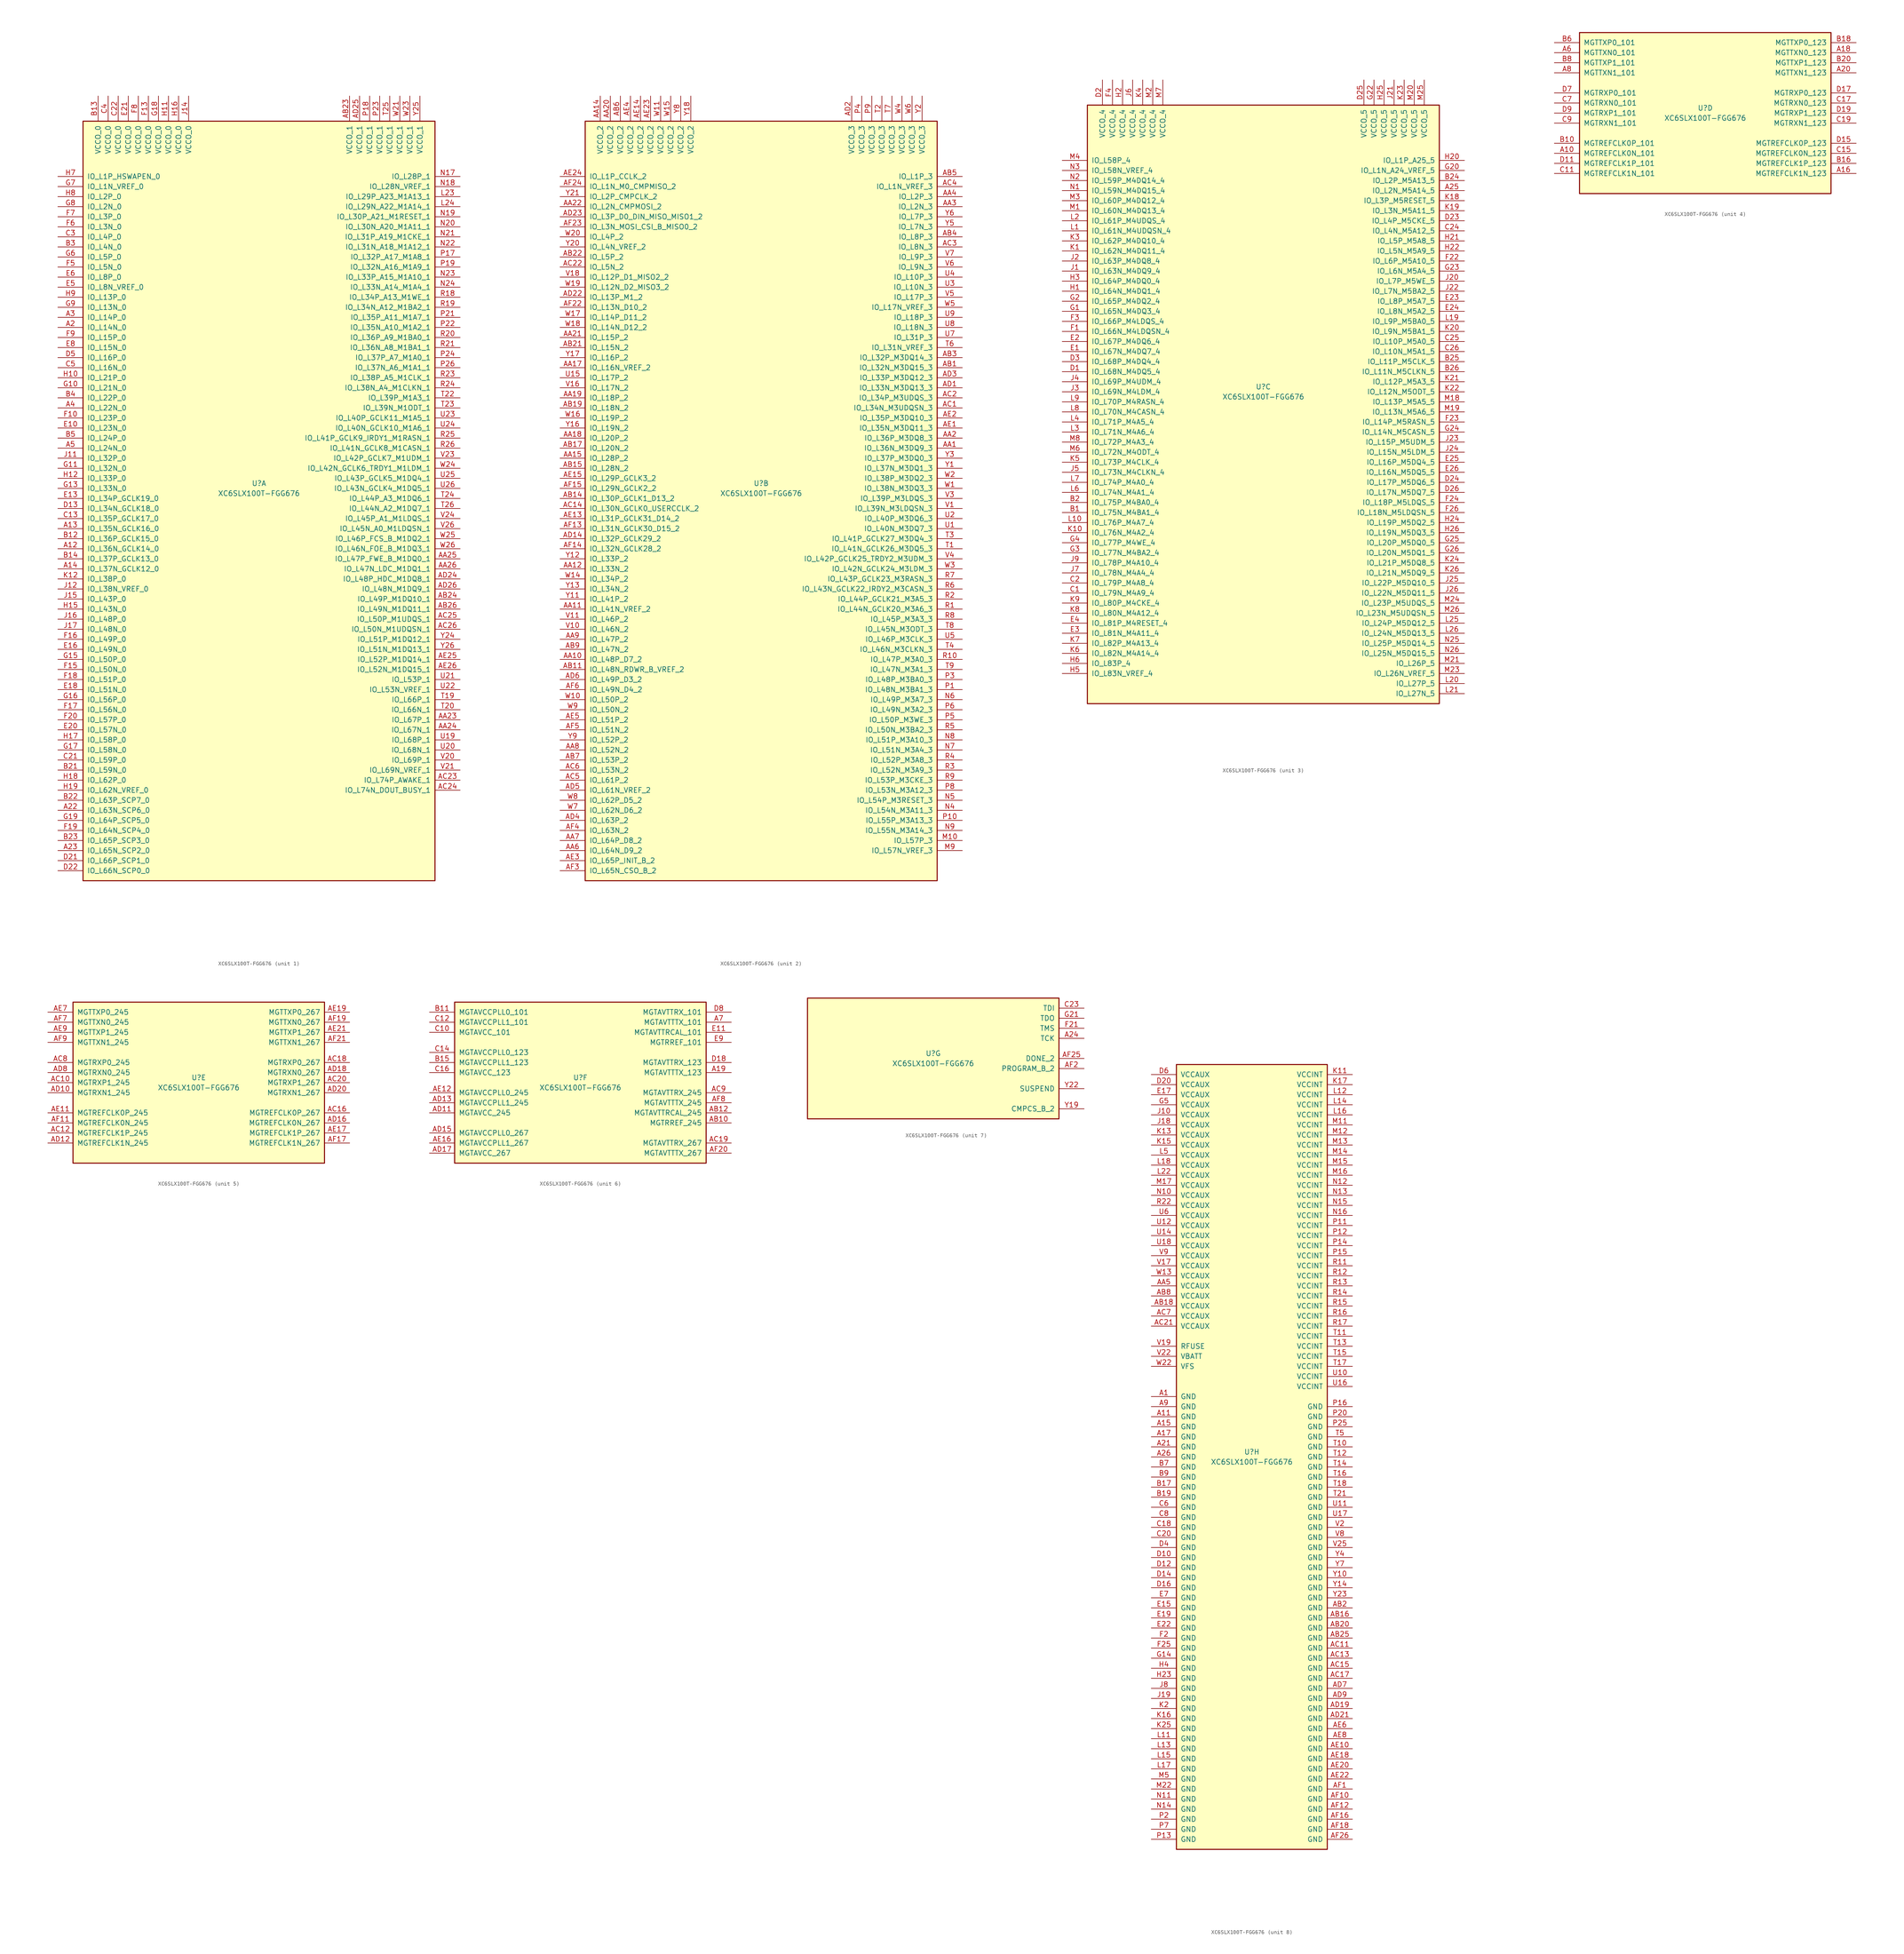
<source format=kicad_sym>
(kicad_symbol_lib
  (version 20201005)
  (generator kicad_symbol_editor)
  (symbol "XC6SLX100T-FGG676"
    (pin_names
      (offset 1.016))
    (property "Reference" "U"
      (at 0 1.27 0)
      (effects (font (size 1.27 1.27))))
    (property "Value" "XC6SLX100T-FGG676"
      (at 0 -1.27 0)
      (effects (font (size 1.27 1.27))))
    (property "Datasheet" ""
      (at 0 0 0)
      (effects (font (size 1.27 1.27))))
    (property "ki_locked" ""
      (at 0 0 0)
      (effects (font (size 1.27 1.27))))
    (symbol "XC6SLX100T-FGG676_1_1"
      (rectangle (start -44.45 92.71) (end 44.45 -99.06) (stroke (width 0.254)) (fill (type background)))
      (pin power_in line (at -40.64 99.06 270) (length 6.35) (name "VCCO_0" (effects (font (size 1.27 1.27)))) (number "B13" (effects (font (size 1.27 1.27)))))
      (pin power_in line (at -38.1 99.06 270) (length 6.35) (name "VCCO_0" (effects (font (size 1.27 1.27)))) (number "C4" (effects (font (size 1.27 1.27)))))
      (pin power_in line (at -35.56 99.06 270) (length 6.35) (name "VCCO_0" (effects (font (size 1.27 1.27)))) (number "C22" (effects (font (size 1.27 1.27)))))
      (pin power_in line (at -33.02 99.06 270) (length 6.35) (name "VCCO_0" (effects (font (size 1.27 1.27)))) (number "E21" (effects (font (size 1.27 1.27)))))
      (pin power_in line (at -30.48 99.06 270) (length 6.35) (name "VCCO_0" (effects (font (size 1.27 1.27)))) (number "F8" (effects (font (size 1.27 1.27)))))
      (pin power_in line (at -27.94 99.06 270) (length 6.35) (name "VCCO_0" (effects (font (size 1.27 1.27)))) (number "F13" (effects (font (size 1.27 1.27)))))
      (pin power_in line (at -25.4 99.06 270) (length 6.35) (name "VCCO_0" (effects (font (size 1.27 1.27)))) (number "G18" (effects (font (size 1.27 1.27)))))
      (pin power_in line (at -22.86 99.06 270) (length 6.35) (name "VCCO_0" (effects (font (size 1.27 1.27)))) (number "H11" (effects (font (size 1.27 1.27)))))
      (pin power_in line (at -20.32 99.06 270) (length 6.35) (name "VCCO_0" (effects (font (size 1.27 1.27)))) (number "H16" (effects (font (size 1.27 1.27)))))
      (pin power_in line (at -17.78 99.06 270) (length 6.35) (name "VCCO_0" (effects (font (size 1.27 1.27)))) (number "J14" (effects (font (size 1.27 1.27)))))
      (pin bidirectional line (at -50.8 78.74 0) (length 6.35) (name "IO_L1P_HSWAPEN_0" (effects (font (size 1.27 1.27)))) (number "H7" (effects (font (size 1.27 1.27)))))
      (pin bidirectional line (at -50.8 76.2 0) (length 6.35) (name "IO_L1N_VREF_0" (effects (font (size 1.27 1.27)))) (number "G7" (effects (font (size 1.27 1.27)))))
      (pin bidirectional line (at -50.8 73.66 0) (length 6.35) (name "IO_L2P_0" (effects (font (size 1.27 1.27)))) (number "H8" (effects (font (size 1.27 1.27)))))
      (pin bidirectional line (at -50.8 71.12 0) (length 6.35) (name "IO_L2N_0" (effects (font (size 1.27 1.27)))) (number "G8" (effects (font (size 1.27 1.27)))))
      (pin bidirectional line (at -50.8 68.58 0) (length 6.35) (name "IO_L3P_0" (effects (font (size 1.27 1.27)))) (number "F7" (effects (font (size 1.27 1.27)))))
      (pin bidirectional line (at -50.8 66.04 0) (length 6.35) (name "IO_L3N_0" (effects (font (size 1.27 1.27)))) (number "F6" (effects (font (size 1.27 1.27)))))
      (pin bidirectional line (at -50.8 63.5 0) (length 6.35) (name "IO_L4P_0" (effects (font (size 1.27 1.27)))) (number "C3" (effects (font (size 1.27 1.27)))))
      (pin bidirectional line (at -50.8 60.96 0) (length 6.35) (name "IO_L4N_0" (effects (font (size 1.27 1.27)))) (number "B3" (effects (font (size 1.27 1.27)))))
      (pin bidirectional line (at -50.8 58.42 0) (length 6.35) (name "IO_L5P_0" (effects (font (size 1.27 1.27)))) (number "G6" (effects (font (size 1.27 1.27)))))
      (pin bidirectional line (at -50.8 55.88 0) (length 6.35) (name "IO_L5N_0" (effects (font (size 1.27 1.27)))) (number "F5" (effects (font (size 1.27 1.27)))))
      (pin bidirectional line (at -50.8 53.34 0) (length 6.35) (name "IO_L8P_0" (effects (font (size 1.27 1.27)))) (number "E6" (effects (font (size 1.27 1.27)))))
      (pin bidirectional line (at -50.8 50.8 0) (length 6.35) (name "IO_L8N_VREF_0" (effects (font (size 1.27 1.27)))) (number "E5" (effects (font (size 1.27 1.27)))))
      (pin bidirectional line (at -50.8 48.26 0) (length 6.35) (name "IO_L13P_0" (effects (font (size 1.27 1.27)))) (number "H9" (effects (font (size 1.27 1.27)))))
      (pin bidirectional line (at -50.8 45.72 0) (length 6.35) (name "IO_L13N_0" (effects (font (size 1.27 1.27)))) (number "G9" (effects (font (size 1.27 1.27)))))
      (pin bidirectional line (at -50.8 43.18 0) (length 6.35) (name "IO_L14P_0" (effects (font (size 1.27 1.27)))) (number "A3" (effects (font (size 1.27 1.27)))))
      (pin bidirectional line (at -50.8 40.64 0) (length 6.35) (name "IO_L14N_0" (effects (font (size 1.27 1.27)))) (number "A2" (effects (font (size 1.27 1.27)))))
      (pin bidirectional line (at -50.8 38.1 0) (length 6.35) (name "IO_L15P_0" (effects (font (size 1.27 1.27)))) (number "F9" (effects (font (size 1.27 1.27)))))
      (pin bidirectional line (at -50.8 35.56 0) (length 6.35) (name "IO_L15N_0" (effects (font (size 1.27 1.27)))) (number "E8" (effects (font (size 1.27 1.27)))))
      (pin bidirectional line (at -50.8 33.02 0) (length 6.35) (name "IO_L16P_0" (effects (font (size 1.27 1.27)))) (number "D5" (effects (font (size 1.27 1.27)))))
      (pin bidirectional line (at -50.8 30.48 0) (length 6.35) (name "IO_L16N_0" (effects (font (size 1.27 1.27)))) (number "C5" (effects (font (size 1.27 1.27)))))
      (pin bidirectional line (at -50.8 27.94 0) (length 6.35) (name "IO_L21P_0" (effects (font (size 1.27 1.27)))) (number "H10" (effects (font (size 1.27 1.27)))))
      (pin bidirectional line (at -50.8 25.4 0) (length 6.35) (name "IO_L21N_0" (effects (font (size 1.27 1.27)))) (number "G10" (effects (font (size 1.27 1.27)))))
      (pin bidirectional line (at -50.8 22.86 0) (length 6.35) (name "IO_L22P_0" (effects (font (size 1.27 1.27)))) (number "B4" (effects (font (size 1.27 1.27)))))
      (pin bidirectional line (at -50.8 20.32 0) (length 6.35) (name "IO_L22N_0" (effects (font (size 1.27 1.27)))) (number "A4" (effects (font (size 1.27 1.27)))))
      (pin bidirectional line (at -50.8 17.78 0) (length 6.35) (name "IO_L23P_0" (effects (font (size 1.27 1.27)))) (number "F10" (effects (font (size 1.27 1.27)))))
      (pin bidirectional line (at -50.8 15.24 0) (length 6.35) (name "IO_L23N_0" (effects (font (size 1.27 1.27)))) (number "E10" (effects (font (size 1.27 1.27)))))
      (pin bidirectional line (at -50.8 12.7 0) (length 6.35) (name "IO_L24P_0" (effects (font (size 1.27 1.27)))) (number "B5" (effects (font (size 1.27 1.27)))))
      (pin bidirectional line (at -50.8 10.16 0) (length 6.35) (name "IO_L24N_0" (effects (font (size 1.27 1.27)))) (number "A5" (effects (font (size 1.27 1.27)))))
      (pin bidirectional line (at -50.8 7.62 0) (length 6.35) (name "IO_L32P_0" (effects (font (size 1.27 1.27)))) (number "J11" (effects (font (size 1.27 1.27)))))
      (pin bidirectional line (at -50.8 5.08 0) (length 6.35) (name "IO_L32N_0" (effects (font (size 1.27 1.27)))) (number "G11" (effects (font (size 1.27 1.27)))))
      (pin bidirectional line (at -50.8 2.54 0) (length 6.35) (name "IO_L33P_0" (effects (font (size 1.27 1.27)))) (number "H12" (effects (font (size 1.27 1.27)))))
      (pin bidirectional line (at -50.8 0 0) (length 6.35) (name "IO_L33N_0" (effects (font (size 1.27 1.27)))) (number "G13" (effects (font (size 1.27 1.27)))))
      (pin bidirectional line (at -50.8 -2.54 0) (length 6.35) (name "IO_L34P_GCLK19_0" (effects (font (size 1.27 1.27)))) (number "E13" (effects (font (size 1.27 1.27)))))
      (pin bidirectional line (at -50.8 -5.08 0) (length 6.35) (name "IO_L34N_GCLK18_0" (effects (font (size 1.27 1.27)))) (number "D13" (effects (font (size 1.27 1.27)))))
      (pin bidirectional line (at -50.8 -7.62 0) (length 6.35) (name "IO_L35P_GCLK17_0" (effects (font (size 1.27 1.27)))) (number "C13" (effects (font (size 1.27 1.27)))))
      (pin bidirectional line (at -50.8 -10.16 0) (length 6.35) (name "IO_L35N_GCLK16_0" (effects (font (size 1.27 1.27)))) (number "A13" (effects (font (size 1.27 1.27)))))
      (pin bidirectional line (at -50.8 -12.7 0) (length 6.35) (name "IO_L36P_GCLK15_0" (effects (font (size 1.27 1.27)))) (number "B12" (effects (font (size 1.27 1.27)))))
      (pin bidirectional line (at -50.8 -15.24 0) (length 6.35) (name "IO_L36N_GCLK14_0" (effects (font (size 1.27 1.27)))) (number "A12" (effects (font (size 1.27 1.27)))))
      (pin bidirectional line (at -50.8 -17.78 0) (length 6.35) (name "IO_L37P_GCLK13_0" (effects (font (size 1.27 1.27)))) (number "B14" (effects (font (size 1.27 1.27)))))
      (pin bidirectional line (at -50.8 -20.32 0) (length 6.35) (name "IO_L37N_GCLK12_0" (effects (font (size 1.27 1.27)))) (number "A14" (effects (font (size 1.27 1.27)))))
      (pin bidirectional line (at -50.8 -22.86 0) (length 6.35) (name "IO_L38P_0" (effects (font (size 1.27 1.27)))) (number "K12" (effects (font (size 1.27 1.27)))))
      (pin bidirectional line (at -50.8 -25.4 0) (length 6.35) (name "IO_L38N_VREF_0" (effects (font (size 1.27 1.27)))) (number "J12" (effects (font (size 1.27 1.27)))))
      (pin bidirectional line (at -50.8 -27.94 0) (length 6.35) (name "IO_L43P_0" (effects (font (size 1.27 1.27)))) (number "J15" (effects (font (size 1.27 1.27)))))
      (pin bidirectional line (at -50.8 -30.48 0) (length 6.35) (name "IO_L43N_0" (effects (font (size 1.27 1.27)))) (number "H15" (effects (font (size 1.27 1.27)))))
      (pin bidirectional line (at -50.8 -33.02 0) (length 6.35) (name "IO_L48P_0" (effects (font (size 1.27 1.27)))) (number "J16" (effects (font (size 1.27 1.27)))))
      (pin bidirectional line (at -50.8 -35.56 0) (length 6.35) (name "IO_L48N_0" (effects (font (size 1.27 1.27)))) (number "J17" (effects (font (size 1.27 1.27)))))
      (pin bidirectional line (at -50.8 -38.1 0) (length 6.35) (name "IO_L49P_0" (effects (font (size 1.27 1.27)))) (number "F16" (effects (font (size 1.27 1.27)))))
      (pin bidirectional line (at -50.8 -40.64 0) (length 6.35) (name "IO_L49N_0" (effects (font (size 1.27 1.27)))) (number "E16" (effects (font (size 1.27 1.27)))))
      (pin bidirectional line (at -50.8 -43.18 0) (length 6.35) (name "IO_L50P_0" (effects (font (size 1.27 1.27)))) (number "G15" (effects (font (size 1.27 1.27)))))
      (pin bidirectional line (at -50.8 -45.72 0) (length 6.35) (name "IO_L50N_0" (effects (font (size 1.27 1.27)))) (number "F15" (effects (font (size 1.27 1.27)))))
      (pin bidirectional line (at -50.8 -48.26 0) (length 6.35) (name "IO_L51P_0" (effects (font (size 1.27 1.27)))) (number "F18" (effects (font (size 1.27 1.27)))))
      (pin bidirectional line (at -50.8 -50.8 0) (length 6.35) (name "IO_L51N_0" (effects (font (size 1.27 1.27)))) (number "E18" (effects (font (size 1.27 1.27)))))
      (pin bidirectional line (at -50.8 -53.34 0) (length 6.35) (name "IO_L56P_0" (effects (font (size 1.27 1.27)))) (number "G16" (effects (font (size 1.27 1.27)))))
      (pin bidirectional line (at -50.8 -55.88 0) (length 6.35) (name "IO_L56N_0" (effects (font (size 1.27 1.27)))) (number "F17" (effects (font (size 1.27 1.27)))))
      (pin bidirectional line (at -50.8 -58.42 0) (length 6.35) (name "IO_L57P_0" (effects (font (size 1.27 1.27)))) (number "F20" (effects (font (size 1.27 1.27)))))
      (pin bidirectional line (at -50.8 -60.96 0) (length 6.35) (name "IO_L57N_0" (effects (font (size 1.27 1.27)))) (number "E20" (effects (font (size 1.27 1.27)))))
      (pin bidirectional line (at -50.8 -63.5 0) (length 6.35) (name "IO_L58P_0" (effects (font (size 1.27 1.27)))) (number "H17" (effects (font (size 1.27 1.27)))))
      (pin bidirectional line (at -50.8 -66.04 0) (length 6.35) (name "IO_L58N_0" (effects (font (size 1.27 1.27)))) (number "G17" (effects (font (size 1.27 1.27)))))
      (pin bidirectional line (at -50.8 -68.58 0) (length 6.35) (name "IO_L59P_0" (effects (font (size 1.27 1.27)))) (number "C21" (effects (font (size 1.27 1.27)))))
      (pin bidirectional line (at -50.8 -71.12 0) (length 6.35) (name "IO_L59N_0" (effects (font (size 1.27 1.27)))) (number "B21" (effects (font (size 1.27 1.27)))))
      (pin bidirectional line (at -50.8 -73.66 0) (length 6.35) (name "IO_L62P_0" (effects (font (size 1.27 1.27)))) (number "H18" (effects (font (size 1.27 1.27)))))
      (pin bidirectional line (at -50.8 -76.2 0) (length 6.35) (name "IO_L62N_VREF_0" (effects (font (size 1.27 1.27)))) (number "H19" (effects (font (size 1.27 1.27)))))
      (pin bidirectional line (at -50.8 -78.74 0) (length 6.35) (name "IO_L63P_SCP7_0" (effects (font (size 1.27 1.27)))) (number "B22" (effects (font (size 1.27 1.27)))))
      (pin bidirectional line (at -50.8 -81.28 0) (length 6.35) (name "IO_L63N_SCP6_0" (effects (font (size 1.27 1.27)))) (number "A22" (effects (font (size 1.27 1.27)))))
      (pin bidirectional line (at -50.8 -83.82 0) (length 6.35) (name "IO_L64P_SCP5_0" (effects (font (size 1.27 1.27)))) (number "G19" (effects (font (size 1.27 1.27)))))
      (pin bidirectional line (at -50.8 -86.36 0) (length 6.35) (name "IO_L64N_SCP4_0" (effects (font (size 1.27 1.27)))) (number "F19" (effects (font (size 1.27 1.27)))))
      (pin bidirectional line (at -50.8 -88.9 0) (length 6.35) (name "IO_L65P_SCP3_0" (effects (font (size 1.27 1.27)))) (number "B23" (effects (font (size 1.27 1.27)))))
      (pin bidirectional line (at -50.8 -91.44 0) (length 6.35) (name "IO_L65N_SCP2_0" (effects (font (size 1.27 1.27)))) (number "A23" (effects (font (size 1.27 1.27)))))
      (pin bidirectional line (at -50.8 -93.98 0) (length 6.35) (name "IO_L66P_SCP1_0" (effects (font (size 1.27 1.27)))) (number "D21" (effects (font (size 1.27 1.27)))))
      (pin bidirectional line (at -50.8 -96.52 0) (length 6.35) (name "IO_L66N_SCP0_0" (effects (font (size 1.27 1.27)))) (number "D22" (effects (font (size 1.27 1.27)))))
      (pin power_in line (at 22.86 99.06 270) (length 6.35) (name "VCCO_1" (effects (font (size 1.27 1.27)))) (number "AB23" (effects (font (size 1.27 1.27)))))
      (pin power_in line (at 25.4 99.06 270) (length 6.35) (name "VCCO_1" (effects (font (size 1.27 1.27)))) (number "AD25" (effects (font (size 1.27 1.27)))))
      (pin power_in line (at 27.94 99.06 270) (length 6.35) (name "VCCO_1" (effects (font (size 1.27 1.27)))) (number "P18" (effects (font (size 1.27 1.27)))))
      (pin power_in line (at 30.48 99.06 270) (length 6.35) (name "VCCO_1" (effects (font (size 1.27 1.27)))) (number "P23" (effects (font (size 1.27 1.27)))))
      (pin power_in line (at 33.02 99.06 270) (length 6.35) (name "VCCO_1" (effects (font (size 1.27 1.27)))) (number "T25" (effects (font (size 1.27 1.27)))))
      (pin power_in line (at 35.56 99.06 270) (length 6.35) (name "VCCO_1" (effects (font (size 1.27 1.27)))) (number "W21" (effects (font (size 1.27 1.27)))))
      (pin power_in line (at 38.1 99.06 270) (length 6.35) (name "VCCO_1" (effects (font (size 1.27 1.27)))) (number "W23" (effects (font (size 1.27 1.27)))))
      (pin power_in line (at 40.64 99.06 270) (length 6.35) (name "VCCO_1" (effects (font (size 1.27 1.27)))) (number "Y25" (effects (font (size 1.27 1.27)))))
      (pin bidirectional line (at 50.8 78.74 180) (length 6.35) (name "IO_L28P_1" (effects (font (size 1.27 1.27)))) (number "N17" (effects (font (size 1.27 1.27)))))
      (pin bidirectional line (at 50.8 76.2 180) (length 6.35) (name "IO_L28N_VREF_1" (effects (font (size 1.27 1.27)))) (number "N18" (effects (font (size 1.27 1.27)))))
      (pin bidirectional line (at 50.8 73.66 180) (length 6.35) (name "IO_L29P_A23_M1A13_1" (effects (font (size 1.27 1.27)))) (number "L23" (effects (font (size 1.27 1.27)))))
      (pin bidirectional line (at 50.8 71.12 180) (length 6.35) (name "IO_L29N_A22_M1A14_1" (effects (font (size 1.27 1.27)))) (number "L24" (effects (font (size 1.27 1.27)))))
      (pin bidirectional line (at 50.8 68.58 180) (length 6.35) (name "IO_L30P_A21_M1RESET_1" (effects (font (size 1.27 1.27)))) (number "N19" (effects (font (size 1.27 1.27)))))
      (pin bidirectional line (at 50.8 66.04 180) (length 6.35) (name "IO_L30N_A20_M1A11_1" (effects (font (size 1.27 1.27)))) (number "N20" (effects (font (size 1.27 1.27)))))
      (pin bidirectional line (at 50.8 63.5 180) (length 6.35) (name "IO_L31P_A19_M1CKE_1" (effects (font (size 1.27 1.27)))) (number "N21" (effects (font (size 1.27 1.27)))))
      (pin bidirectional line (at 50.8 60.96 180) (length 6.35) (name "IO_L31N_A18_M1A12_1" (effects (font (size 1.27 1.27)))) (number "N22" (effects (font (size 1.27 1.27)))))
      (pin bidirectional line (at 50.8 58.42 180) (length 6.35) (name "IO_L32P_A17_M1A8_1" (effects (font (size 1.27 1.27)))) (number "P17" (effects (font (size 1.27 1.27)))))
      (pin bidirectional line (at 50.8 55.88 180) (length 6.35) (name "IO_L32N_A16_M1A9_1" (effects (font (size 1.27 1.27)))) (number "P19" (effects (font (size 1.27 1.27)))))
      (pin bidirectional line (at 50.8 53.34 180) (length 6.35) (name "IO_L33P_A15_M1A10_1" (effects (font (size 1.27 1.27)))) (number "N23" (effects (font (size 1.27 1.27)))))
      (pin bidirectional line (at 50.8 50.8 180) (length 6.35) (name "IO_L33N_A14_M1A4_1" (effects (font (size 1.27 1.27)))) (number "N24" (effects (font (size 1.27 1.27)))))
      (pin bidirectional line (at 50.8 48.26 180) (length 6.35) (name "IO_L34P_A13_M1WE_1" (effects (font (size 1.27 1.27)))) (number "R18" (effects (font (size 1.27 1.27)))))
      (pin bidirectional line (at 50.8 45.72 180) (length 6.35) (name "IO_L34N_A12_M1BA2_1" (effects (font (size 1.27 1.27)))) (number "R19" (effects (font (size 1.27 1.27)))))
      (pin bidirectional line (at 50.8 43.18 180) (length 6.35) (name "IO_L35P_A11_M1A7_1" (effects (font (size 1.27 1.27)))) (number "P21" (effects (font (size 1.27 1.27)))))
      (pin bidirectional line (at 50.8 40.64 180) (length 6.35) (name "IO_L35N_A10_M1A2_1" (effects (font (size 1.27 1.27)))) (number "P22" (effects (font (size 1.27 1.27)))))
      (pin bidirectional line (at 50.8 38.1 180) (length 6.35) (name "IO_L36P_A9_M1BA0_1" (effects (font (size 1.27 1.27)))) (number "R20" (effects (font (size 1.27 1.27)))))
      (pin bidirectional line (at 50.8 35.56 180) (length 6.35) (name "IO_L36N_A8_M1BA1_1" (effects (font (size 1.27 1.27)))) (number "R21" (effects (font (size 1.27 1.27)))))
      (pin bidirectional line (at 50.8 33.02 180) (length 6.35) (name "IO_L37P_A7_M1A0_1" (effects (font (size 1.27 1.27)))) (number "P24" (effects (font (size 1.27 1.27)))))
      (pin bidirectional line (at 50.8 30.48 180) (length 6.35) (name "IO_L37N_A6_M1A1_1" (effects (font (size 1.27 1.27)))) (number "P26" (effects (font (size 1.27 1.27)))))
      (pin bidirectional line (at 50.8 27.94 180) (length 6.35) (name "IO_L38P_A5_M1CLK_1" (effects (font (size 1.27 1.27)))) (number "R23" (effects (font (size 1.27 1.27)))))
      (pin bidirectional line (at 50.8 25.4 180) (length 6.35) (name "IO_L38N_A4_M1CLKN_1" (effects (font (size 1.27 1.27)))) (number "R24" (effects (font (size 1.27 1.27)))))
      (pin bidirectional line (at 50.8 22.86 180) (length 6.35) (name "IO_L39P_M1A3_1" (effects (font (size 1.27 1.27)))) (number "T22" (effects (font (size 1.27 1.27)))))
      (pin bidirectional line (at 50.8 20.32 180) (length 6.35) (name "IO_L39N_M1ODT_1" (effects (font (size 1.27 1.27)))) (number "T23" (effects (font (size 1.27 1.27)))))
      (pin bidirectional line (at 50.8 17.78 180) (length 6.35) (name "IO_L40P_GCLK11_M1A5_1" (effects (font (size 1.27 1.27)))) (number "U23" (effects (font (size 1.27 1.27)))))
      (pin bidirectional line (at 50.8 15.24 180) (length 6.35) (name "IO_L40N_GCLK10_M1A6_1" (effects (font (size 1.27 1.27)))) (number "U24" (effects (font (size 1.27 1.27)))))
      (pin bidirectional line (at 50.8 12.7 180) (length 6.35) (name "IO_L41P_GCLK9_IRDY1_M1RASN_1" (effects (font (size 1.27 1.27)))) (number "R25" (effects (font (size 1.27 1.27)))))
      (pin bidirectional line (at 50.8 10.16 180) (length 6.35) (name "IO_L41N_GCLK8_M1CASN_1" (effects (font (size 1.27 1.27)))) (number "R26" (effects (font (size 1.27 1.27)))))
      (pin bidirectional line (at 50.8 7.62 180) (length 6.35) (name "IO_L42P_GCLK7_M1UDM_1" (effects (font (size 1.27 1.27)))) (number "V23" (effects (font (size 1.27 1.27)))))
      (pin bidirectional line (at 50.8 5.08 180) (length 6.35) (name "IO_L42N_GCLK6_TRDY1_M1LDM_1" (effects (font (size 1.27 1.27)))) (number "W24" (effects (font (size 1.27 1.27)))))
      (pin bidirectional line (at 50.8 2.54 180) (length 6.35) (name "IO_L43P_GCLK5_M1DQ4_1" (effects (font (size 1.27 1.27)))) (number "U25" (effects (font (size 1.27 1.27)))))
      (pin bidirectional line (at 50.8 0 180) (length 6.35) (name "IO_L43N_GCLK4_M1DQ5_1" (effects (font (size 1.27 1.27)))) (number "U26" (effects (font (size 1.27 1.27)))))
      (pin bidirectional line (at 50.8 -2.54 180) (length 6.35) (name "IO_L44P_A3_M1DQ6_1" (effects (font (size 1.27 1.27)))) (number "T24" (effects (font (size 1.27 1.27)))))
      (pin bidirectional line (at 50.8 -5.08 180) (length 6.35) (name "IO_L44N_A2_M1DQ7_1" (effects (font (size 1.27 1.27)))) (number "T26" (effects (font (size 1.27 1.27)))))
      (pin bidirectional line (at 50.8 -7.62 180) (length 6.35) (name "IO_L45P_A1_M1LDQS_1" (effects (font (size 1.27 1.27)))) (number "V24" (effects (font (size 1.27 1.27)))))
      (pin bidirectional line (at 50.8 -10.16 180) (length 6.35) (name "IO_L45N_A0_M1LDQSN_1" (effects (font (size 1.27 1.27)))) (number "V26" (effects (font (size 1.27 1.27)))))
      (pin bidirectional line (at 50.8 -12.7 180) (length 6.35) (name "IO_L46P_FCS_B_M1DQ2_1" (effects (font (size 1.27 1.27)))) (number "W25" (effects (font (size 1.27 1.27)))))
      (pin bidirectional line (at 50.8 -15.24 180) (length 6.35) (name "IO_L46N_FOE_B_M1DQ3_1" (effects (font (size 1.27 1.27)))) (number "W26" (effects (font (size 1.27 1.27)))))
      (pin bidirectional line (at 50.8 -17.78 180) (length 6.35) (name "IO_L47P_FWE_B_M1DQ0_1" (effects (font (size 1.27 1.27)))) (number "AA25" (effects (font (size 1.27 1.27)))))
      (pin bidirectional line (at 50.8 -20.32 180) (length 6.35) (name "IO_L47N_LDC_M1DQ1_1" (effects (font (size 1.27 1.27)))) (number "AA26" (effects (font (size 1.27 1.27)))))
      (pin bidirectional line (at 50.8 -22.86 180) (length 6.35) (name "IO_L48P_HDC_M1DQ8_1" (effects (font (size 1.27 1.27)))) (number "AD24" (effects (font (size 1.27 1.27)))))
      (pin bidirectional line (at 50.8 -25.4 180) (length 6.35) (name "IO_L48N_M1DQ9_1" (effects (font (size 1.27 1.27)))) (number "AD26" (effects (font (size 1.27 1.27)))))
      (pin bidirectional line (at 50.8 -27.94 180) (length 6.35) (name "IO_L49P_M1DQ10_1" (effects (font (size 1.27 1.27)))) (number "AB24" (effects (font (size 1.27 1.27)))))
      (pin bidirectional line (at 50.8 -30.48 180) (length 6.35) (name "IO_L49N_M1DQ11_1" (effects (font (size 1.27 1.27)))) (number "AB26" (effects (font (size 1.27 1.27)))))
      (pin bidirectional line (at 50.8 -33.02 180) (length 6.35) (name "IO_L50P_M1UDQS_1" (effects (font (size 1.27 1.27)))) (number "AC25" (effects (font (size 1.27 1.27)))))
      (pin bidirectional line (at 50.8 -35.56 180) (length 6.35) (name "IO_L50N_M1UDQSN_1" (effects (font (size 1.27 1.27)))) (number "AC26" (effects (font (size 1.27 1.27)))))
      (pin bidirectional line (at 50.8 -38.1 180) (length 6.35) (name "IO_L51P_M1DQ12_1" (effects (font (size 1.27 1.27)))) (number "Y24" (effects (font (size 1.27 1.27)))))
      (pin bidirectional line (at 50.8 -40.64 180) (length 6.35) (name "IO_L51N_M1DQ13_1" (effects (font (size 1.27 1.27)))) (number "Y26" (effects (font (size 1.27 1.27)))))
      (pin bidirectional line (at 50.8 -43.18 180) (length 6.35) (name "IO_L52P_M1DQ14_1" (effects (font (size 1.27 1.27)))) (number "AE25" (effects (font (size 1.27 1.27)))))
      (pin bidirectional line (at 50.8 -45.72 180) (length 6.35) (name "IO_L52N_M1DQ15_1" (effects (font (size 1.27 1.27)))) (number "AE26" (effects (font (size 1.27 1.27)))))
      (pin bidirectional line (at 50.8 -48.26 180) (length 6.35) (name "IO_L53P_1" (effects (font (size 1.27 1.27)))) (number "U21" (effects (font (size 1.27 1.27)))))
      (pin bidirectional line (at 50.8 -50.8 180) (length 6.35) (name "IO_L53N_VREF_1" (effects (font (size 1.27 1.27)))) (number "U22" (effects (font (size 1.27 1.27)))))
      (pin bidirectional line (at 50.8 -53.34 180) (length 6.35) (name "IO_L66P_1" (effects (font (size 1.27 1.27)))) (number "T19" (effects (font (size 1.27 1.27)))))
      (pin bidirectional line (at 50.8 -55.88 180) (length 6.35) (name "IO_L66N_1" (effects (font (size 1.27 1.27)))) (number "T20" (effects (font (size 1.27 1.27)))))
      (pin bidirectional line (at 50.8 -58.42 180) (length 6.35) (name "IO_L67P_1" (effects (font (size 1.27 1.27)))) (number "AA23" (effects (font (size 1.27 1.27)))))
      (pin bidirectional line (at 50.8 -60.96 180) (length 6.35) (name "IO_L67N_1" (effects (font (size 1.27 1.27)))) (number "AA24" (effects (font (size 1.27 1.27)))))
      (pin bidirectional line (at 50.8 -63.5 180) (length 6.35) (name "IO_L68P_1" (effects (font (size 1.27 1.27)))) (number "U19" (effects (font (size 1.27 1.27)))))
      (pin bidirectional line (at 50.8 -66.04 180) (length 6.35) (name "IO_L68N_1" (effects (font (size 1.27 1.27)))) (number "U20" (effects (font (size 1.27 1.27)))))
      (pin bidirectional line (at 50.8 -68.58 180) (length 6.35) (name "IO_L69P_1" (effects (font (size 1.27 1.27)))) (number "V20" (effects (font (size 1.27 1.27)))))
      (pin bidirectional line (at 50.8 -71.12 180) (length 6.35) (name "IO_L69N_VREF_1" (effects (font (size 1.27 1.27)))) (number "V21" (effects (font (size 1.27 1.27)))))
      (pin bidirectional line (at 50.8 -73.66 180) (length 6.35) (name "IO_L74P_AWAKE_1" (effects (font (size 1.27 1.27)))) (number "AC23" (effects (font (size 1.27 1.27)))))
      (pin bidirectional line (at 50.8 -76.2 180) (length 6.35) (name "IO_L74N_DOUT_BUSY_1" (effects (font (size 1.27 1.27)))) (number "AC24" (effects (font (size 1.27 1.27))))))
    (symbol "XC6SLX100T-FGG676_2_1"
      (rectangle (start -44.45 92.71) (end 44.45 -99.06) (stroke (width 0.254)) (fill (type background)))
      (pin power_in line (at -40.64 99.06 270) (length 6.35) (name "VCCO_2" (effects (font (size 1.27 1.27)))) (number "AA14" (effects (font (size 1.27 1.27)))))
      (pin power_in line (at -38.1 99.06 270) (length 6.35) (name "VCCO_2" (effects (font (size 1.27 1.27)))) (number "AA20" (effects (font (size 1.27 1.27)))))
      (pin power_in line (at -35.56 99.06 270) (length 6.35) (name "VCCO_2" (effects (font (size 1.27 1.27)))) (number "AB6" (effects (font (size 1.27 1.27)))))
      (pin power_in line (at -33.02 99.06 270) (length 6.35) (name "VCCO_2" (effects (font (size 1.27 1.27)))) (number "AE4" (effects (font (size 1.27 1.27)))))
      (pin power_in line (at -30.48 99.06 270) (length 6.35) (name "VCCO_2" (effects (font (size 1.27 1.27)))) (number "AE14" (effects (font (size 1.27 1.27)))))
      (pin power_in line (at -27.94 99.06 270) (length 6.35) (name "VCCO_2" (effects (font (size 1.27 1.27)))) (number "AE23" (effects (font (size 1.27 1.27)))))
      (pin power_in line (at -25.4 99.06 270) (length 6.35) (name "VCCO_2" (effects (font (size 1.27 1.27)))) (number "W11" (effects (font (size 1.27 1.27)))))
      (pin power_in line (at -22.86 99.06 270) (length 6.35) (name "VCCO_2" (effects (font (size 1.27 1.27)))) (number "W15" (effects (font (size 1.27 1.27)))))
      (pin power_in line (at -20.32 99.06 270) (length 6.35) (name "VCCO_2" (effects (font (size 1.27 1.27)))) (number "Y8" (effects (font (size 1.27 1.27)))))
      (pin power_in line (at -17.78 99.06 270) (length 6.35) (name "VCCO_2" (effects (font (size 1.27 1.27)))) (number "Y18" (effects (font (size 1.27 1.27)))))
      (pin bidirectional line (at -50.8 78.74 0) (length 6.35) (name "IO_L1P_CCLK_2" (effects (font (size 1.27 1.27)))) (number "AE24" (effects (font (size 1.27 1.27)))))
      (pin bidirectional line (at -50.8 76.2 0) (length 6.35) (name "IO_L1N_M0_CMPMISO_2" (effects (font (size 1.27 1.27)))) (number "AF24" (effects (font (size 1.27 1.27)))))
      (pin bidirectional line (at -50.8 73.66 0) (length 6.35) (name "IO_L2P_CMPCLK_2" (effects (font (size 1.27 1.27)))) (number "Y21" (effects (font (size 1.27 1.27)))))
      (pin bidirectional line (at -50.8 71.12 0) (length 6.35) (name "IO_L2N_CMPMOSI_2" (effects (font (size 1.27 1.27)))) (number "AA22" (effects (font (size 1.27 1.27)))))
      (pin bidirectional line (at -50.8 68.58 0) (length 6.35) (name "IO_L3P_D0_DIN_MISO_MISO1_2" (effects (font (size 1.27 1.27)))) (number "AD23" (effects (font (size 1.27 1.27)))))
      (pin bidirectional line (at -50.8 66.04 0) (length 6.35) (name "IO_L3N_MOSI_CSI_B_MISO0_2" (effects (font (size 1.27 1.27)))) (number "AF23" (effects (font (size 1.27 1.27)))))
      (pin bidirectional line (at -50.8 63.5 0) (length 6.35) (name "IO_L4P_2" (effects (font (size 1.27 1.27)))) (number "W20" (effects (font (size 1.27 1.27)))))
      (pin bidirectional line (at -50.8 60.96 0) (length 6.35) (name "IO_L4N_VREF_2" (effects (font (size 1.27 1.27)))) (number "Y20" (effects (font (size 1.27 1.27)))))
      (pin bidirectional line (at -50.8 58.42 0) (length 6.35) (name "IO_L5P_2" (effects (font (size 1.27 1.27)))) (number "AB22" (effects (font (size 1.27 1.27)))))
      (pin bidirectional line (at -50.8 55.88 0) (length 6.35) (name "IO_L5N_2" (effects (font (size 1.27 1.27)))) (number "AC22" (effects (font (size 1.27 1.27)))))
      (pin bidirectional line (at -50.8 53.34 0) (length 6.35) (name "IO_L12P_D1_MISO2_2" (effects (font (size 1.27 1.27)))) (number "V18" (effects (font (size 1.27 1.27)))))
      (pin bidirectional line (at -50.8 50.8 0) (length 6.35) (name "IO_L12N_D2_MISO3_2" (effects (font (size 1.27 1.27)))) (number "W19" (effects (font (size 1.27 1.27)))))
      (pin bidirectional line (at -50.8 48.26 0) (length 6.35) (name "IO_L13P_M1_2" (effects (font (size 1.27 1.27)))) (number "AD22" (effects (font (size 1.27 1.27)))))
      (pin bidirectional line (at -50.8 45.72 0) (length 6.35) (name "IO_L13N_D10_2" (effects (font (size 1.27 1.27)))) (number "AF22" (effects (font (size 1.27 1.27)))))
      (pin bidirectional line (at -50.8 43.18 0) (length 6.35) (name "IO_L14P_D11_2" (effects (font (size 1.27 1.27)))) (number "W17" (effects (font (size 1.27 1.27)))))
      (pin bidirectional line (at -50.8 40.64 0) (length 6.35) (name "IO_L14N_D12_2" (effects (font (size 1.27 1.27)))) (number "W18" (effects (font (size 1.27 1.27)))))
      (pin bidirectional line (at -50.8 38.1 0) (length 6.35) (name "IO_L15P_2" (effects (font (size 1.27 1.27)))) (number "AA21" (effects (font (size 1.27 1.27)))))
      (pin bidirectional line (at -50.8 35.56 0) (length 6.35) (name "IO_L15N_2" (effects (font (size 1.27 1.27)))) (number "AB21" (effects (font (size 1.27 1.27)))))
      (pin bidirectional line (at -50.8 33.02 0) (length 6.35) (name "IO_L16P_2" (effects (font (size 1.27 1.27)))) (number "Y17" (effects (font (size 1.27 1.27)))))
      (pin bidirectional line (at -50.8 30.48 0) (length 6.35) (name "IO_L16N_VREF_2" (effects (font (size 1.27 1.27)))) (number "AA17" (effects (font (size 1.27 1.27)))))
      (pin bidirectional line (at -50.8 27.94 0) (length 6.35) (name "IO_L17P_2" (effects (font (size 1.27 1.27)))) (number "U15" (effects (font (size 1.27 1.27)))))
      (pin bidirectional line (at -50.8 25.4 0) (length 6.35) (name "IO_L17N_2" (effects (font (size 1.27 1.27)))) (number "V16" (effects (font (size 1.27 1.27)))))
      (pin bidirectional line (at -50.8 22.86 0) (length 6.35) (name "IO_L18P_2" (effects (font (size 1.27 1.27)))) (number "AA19" (effects (font (size 1.27 1.27)))))
      (pin bidirectional line (at -50.8 20.32 0) (length 6.35) (name "IO_L18N_2" (effects (font (size 1.27 1.27)))) (number "AB19" (effects (font (size 1.27 1.27)))))
      (pin bidirectional line (at -50.8 17.78 0) (length 6.35) (name "IO_L19P_2" (effects (font (size 1.27 1.27)))) (number "W16" (effects (font (size 1.27 1.27)))))
      (pin bidirectional line (at -50.8 15.24 0) (length 6.35) (name "IO_L19N_2" (effects (font (size 1.27 1.27)))) (number "Y16" (effects (font (size 1.27 1.27)))))
      (pin bidirectional line (at -50.8 12.7 0) (length 6.35) (name "IO_L20P_2" (effects (font (size 1.27 1.27)))) (number "AA18" (effects (font (size 1.27 1.27)))))
      (pin bidirectional line (at -50.8 10.16 0) (length 6.35) (name "IO_L20N_2" (effects (font (size 1.27 1.27)))) (number "AB17" (effects (font (size 1.27 1.27)))))
      (pin bidirectional line (at -50.8 7.62 0) (length 6.35) (name "IO_L28P_2" (effects (font (size 1.27 1.27)))) (number "AA15" (effects (font (size 1.27 1.27)))))
      (pin bidirectional line (at -50.8 5.08 0) (length 6.35) (name "IO_L28N_2" (effects (font (size 1.27 1.27)))) (number "AB15" (effects (font (size 1.27 1.27)))))
      (pin bidirectional line (at -50.8 2.54 0) (length 6.35) (name "IO_L29P_GCLK3_2" (effects (font (size 1.27 1.27)))) (number "AE15" (effects (font (size 1.27 1.27)))))
      (pin bidirectional line (at -50.8 0 0) (length 6.35) (name "IO_L29N_GCLK2_2" (effects (font (size 1.27 1.27)))) (number "AF15" (effects (font (size 1.27 1.27)))))
      (pin bidirectional line (at -50.8 -2.54 0) (length 6.35) (name "IO_L30P_GCLK1_D13_2" (effects (font (size 1.27 1.27)))) (number "AB14" (effects (font (size 1.27 1.27)))))
      (pin bidirectional line (at -50.8 -5.08 0) (length 6.35) (name "IO_L30N_GCLK0_USERCCLK_2" (effects (font (size 1.27 1.27)))) (number "AC14" (effects (font (size 1.27 1.27)))))
      (pin bidirectional line (at -50.8 -7.62 0) (length 6.35) (name "IO_L31P_GCLK31_D14_2" (effects (font (size 1.27 1.27)))) (number "AE13" (effects (font (size 1.27 1.27)))))
      (pin bidirectional line (at -50.8 -10.16 0) (length 6.35) (name "IO_L31N_GCLK30_D15_2" (effects (font (size 1.27 1.27)))) (number "AF13" (effects (font (size 1.27 1.27)))))
      (pin bidirectional line (at -50.8 -12.7 0) (length 6.35) (name "IO_L32P_GCLK29_2" (effects (font (size 1.27 1.27)))) (number "AD14" (effects (font (size 1.27 1.27)))))
      (pin bidirectional line (at -50.8 -15.24 0) (length 6.35) (name "IO_L32N_GCLK28_2" (effects (font (size 1.27 1.27)))) (number "AF14" (effects (font (size 1.27 1.27)))))
      (pin bidirectional line (at -50.8 -17.78 0) (length 6.35) (name "IO_L33P_2" (effects (font (size 1.27 1.27)))) (number "Y12" (effects (font (size 1.27 1.27)))))
      (pin bidirectional line (at -50.8 -20.32 0) (length 6.35) (name "IO_L33N_2" (effects (font (size 1.27 1.27)))) (number "AA12" (effects (font (size 1.27 1.27)))))
      (pin bidirectional line (at -50.8 -22.86 0) (length 6.35) (name "IO_L34P_2" (effects (font (size 1.27 1.27)))) (number "W14" (effects (font (size 1.27 1.27)))))
      (pin bidirectional line (at -50.8 -25.4 0) (length 6.35) (name "IO_L34N_2" (effects (font (size 1.27 1.27)))) (number "Y13" (effects (font (size 1.27 1.27)))))
      (pin bidirectional line (at -50.8 -27.94 0) (length 6.35) (name "IO_L41P_2" (effects (font (size 1.27 1.27)))) (number "Y11" (effects (font (size 1.27 1.27)))))
      (pin bidirectional line (at -50.8 -30.48 0) (length 6.35) (name "IO_L41N_VREF_2" (effects (font (size 1.27 1.27)))) (number "AA11" (effects (font (size 1.27 1.27)))))
      (pin bidirectional line (at -50.8 -33.02 0) (length 6.35) (name "IO_L46P_2" (effects (font (size 1.27 1.27)))) (number "V11" (effects (font (size 1.27 1.27)))))
      (pin bidirectional line (at -50.8 -35.56 0) (length 6.35) (name "IO_L46N_2" (effects (font (size 1.27 1.27)))) (number "V10" (effects (font (size 1.27 1.27)))))
      (pin bidirectional line (at -50.8 -38.1 0) (length 6.35) (name "IO_L47P_2" (effects (font (size 1.27 1.27)))) (number "AA9" (effects (font (size 1.27 1.27)))))
      (pin bidirectional line (at -50.8 -40.64 0) (length 6.35) (name "IO_L47N_2" (effects (font (size 1.27 1.27)))) (number "AB9" (effects (font (size 1.27 1.27)))))
      (pin bidirectional line (at -50.8 -43.18 0) (length 6.35) (name "IO_L48P_D7_2" (effects (font (size 1.27 1.27)))) (number "AA10" (effects (font (size 1.27 1.27)))))
      (pin bidirectional line (at -50.8 -45.72 0) (length 6.35) (name "IO_L48N_RDWR_B_VREF_2" (effects (font (size 1.27 1.27)))) (number "AB11" (effects (font (size 1.27 1.27)))))
      (pin bidirectional line (at -50.8 -48.26 0) (length 6.35) (name "IO_L49P_D3_2" (effects (font (size 1.27 1.27)))) (number "AD6" (effects (font (size 1.27 1.27)))))
      (pin bidirectional line (at -50.8 -50.8 0) (length 6.35) (name "IO_L49N_D4_2" (effects (font (size 1.27 1.27)))) (number "AF6" (effects (font (size 1.27 1.27)))))
      (pin bidirectional line (at -50.8 -53.34 0) (length 6.35) (name "IO_L50P_2" (effects (font (size 1.27 1.27)))) (number "W10" (effects (font (size 1.27 1.27)))))
      (pin bidirectional line (at -50.8 -55.88 0) (length 6.35) (name "IO_L50N_2" (effects (font (size 1.27 1.27)))) (number "W9" (effects (font (size 1.27 1.27)))))
      (pin bidirectional line (at -50.8 -58.42 0) (length 6.35) (name "IO_L51P_2" (effects (font (size 1.27 1.27)))) (number "AE5" (effects (font (size 1.27 1.27)))))
      (pin bidirectional line (at -50.8 -60.96 0) (length 6.35) (name "IO_L51N_2" (effects (font (size 1.27 1.27)))) (number "AF5" (effects (font (size 1.27 1.27)))))
      (pin bidirectional line (at -50.8 -63.5 0) (length 6.35) (name "IO_L52P_2" (effects (font (size 1.27 1.27)))) (number "Y9" (effects (font (size 1.27 1.27)))))
      (pin bidirectional line (at -50.8 -66.04 0) (length 6.35) (name "IO_L52N_2" (effects (font (size 1.27 1.27)))) (number "AA8" (effects (font (size 1.27 1.27)))))
      (pin bidirectional line (at -50.8 -68.58 0) (length 6.35) (name "IO_L53P_2" (effects (font (size 1.27 1.27)))) (number "AB7" (effects (font (size 1.27 1.27)))))
      (pin bidirectional line (at -50.8 -71.12 0) (length 6.35) (name "IO_L53N_2" (effects (font (size 1.27 1.27)))) (number "AC6" (effects (font (size 1.27 1.27)))))
      (pin bidirectional line (at -50.8 -73.66 0) (length 6.35) (name "IO_L61P_2" (effects (font (size 1.27 1.27)))) (number "AC5" (effects (font (size 1.27 1.27)))))
      (pin bidirectional line (at -50.8 -76.2 0) (length 6.35) (name "IO_L61N_VREF_2" (effects (font (size 1.27 1.27)))) (number "AD5" (effects (font (size 1.27 1.27)))))
      (pin bidirectional line (at -50.8 -78.74 0) (length 6.35) (name "IO_L62P_D5_2" (effects (font (size 1.27 1.27)))) (number "W8" (effects (font (size 1.27 1.27)))))
      (pin bidirectional line (at -50.8 -81.28 0) (length 6.35) (name "IO_L62N_D6_2" (effects (font (size 1.27 1.27)))) (number "W7" (effects (font (size 1.27 1.27)))))
      (pin bidirectional line (at -50.8 -83.82 0) (length 6.35) (name "IO_L63P_2" (effects (font (size 1.27 1.27)))) (number "AD4" (effects (font (size 1.27 1.27)))))
      (pin bidirectional line (at -50.8 -86.36 0) (length 6.35) (name "IO_L63N_2" (effects (font (size 1.27 1.27)))) (number "AF4" (effects (font (size 1.27 1.27)))))
      (pin bidirectional line (at -50.8 -88.9 0) (length 6.35) (name "IO_L64P_D8_2" (effects (font (size 1.27 1.27)))) (number "AA7" (effects (font (size 1.27 1.27)))))
      (pin bidirectional line (at -50.8 -91.44 0) (length 6.35) (name "IO_L64N_D9_2" (effects (font (size 1.27 1.27)))) (number "AA6" (effects (font (size 1.27 1.27)))))
      (pin bidirectional line (at -50.8 -93.98 0) (length 6.35) (name "IO_L65P_INIT_B_2" (effects (font (size 1.27 1.27)))) (number "AE3" (effects (font (size 1.27 1.27)))))
      (pin bidirectional line (at -50.8 -96.52 0) (length 6.35) (name "IO_L65N_CSO_B_2" (effects (font (size 1.27 1.27)))) (number "AF3" (effects (font (size 1.27 1.27)))))
      (pin power_in line (at 22.86 99.06 270) (length 6.35) (name "VCCO_3" (effects (font (size 1.27 1.27)))) (number "AD2" (effects (font (size 1.27 1.27)))))
      (pin power_in line (at 25.4 99.06 270) (length 6.35) (name "VCCO_3" (effects (font (size 1.27 1.27)))) (number "P4" (effects (font (size 1.27 1.27)))))
      (pin power_in line (at 27.94 99.06 270) (length 6.35) (name "VCCO_3" (effects (font (size 1.27 1.27)))) (number "P9" (effects (font (size 1.27 1.27)))))
      (pin power_in line (at 30.48 99.06 270) (length 6.35) (name "VCCO_3" (effects (font (size 1.27 1.27)))) (number "T2" (effects (font (size 1.27 1.27)))))
      (pin power_in line (at 33.02 99.06 270) (length 6.35) (name "VCCO_3" (effects (font (size 1.27 1.27)))) (number "T7" (effects (font (size 1.27 1.27)))))
      (pin power_in line (at 35.56 99.06 270) (length 6.35) (name "VCCO_3" (effects (font (size 1.27 1.27)))) (number "W4" (effects (font (size 1.27 1.27)))))
      (pin power_in line (at 38.1 99.06 270) (length 6.35) (name "VCCO_3" (effects (font (size 1.27 1.27)))) (number "W6" (effects (font (size 1.27 1.27)))))
      (pin power_in line (at 40.64 99.06 270) (length 6.35) (name "VCCO_3" (effects (font (size 1.27 1.27)))) (number "Y2" (effects (font (size 1.27 1.27)))))
      (pin bidirectional line (at 50.8 78.74 180) (length 6.35) (name "IO_L1P_3" (effects (font (size 1.27 1.27)))) (number "AB5" (effects (font (size 1.27 1.27)))))
      (pin bidirectional line (at 50.8 76.2 180) (length 6.35) (name "IO_L1N_VREF_3" (effects (font (size 1.27 1.27)))) (number "AC4" (effects (font (size 1.27 1.27)))))
      (pin bidirectional line (at 50.8 73.66 180) (length 6.35) (name "IO_L2P_3" (effects (font (size 1.27 1.27)))) (number "AA4" (effects (font (size 1.27 1.27)))))
      (pin bidirectional line (at 50.8 71.12 180) (length 6.35) (name "IO_L2N_3" (effects (font (size 1.27 1.27)))) (number "AA3" (effects (font (size 1.27 1.27)))))
      (pin bidirectional line (at 50.8 68.58 180) (length 6.35) (name "IO_L7P_3" (effects (font (size 1.27 1.27)))) (number "Y6" (effects (font (size 1.27 1.27)))))
      (pin bidirectional line (at 50.8 66.04 180) (length 6.35) (name "IO_L7N_3" (effects (font (size 1.27 1.27)))) (number "Y5" (effects (font (size 1.27 1.27)))))
      (pin bidirectional line (at 50.8 63.5 180) (length 6.35) (name "IO_L8P_3" (effects (font (size 1.27 1.27)))) (number "AB4" (effects (font (size 1.27 1.27)))))
      (pin bidirectional line (at 50.8 60.96 180) (length 6.35) (name "IO_L8N_3" (effects (font (size 1.27 1.27)))) (number "AC3" (effects (font (size 1.27 1.27)))))
      (pin bidirectional line (at 50.8 58.42 180) (length 6.35) (name "IO_L9P_3" (effects (font (size 1.27 1.27)))) (number "V7" (effects (font (size 1.27 1.27)))))
      (pin bidirectional line (at 50.8 55.88 180) (length 6.35) (name "IO_L9N_3" (effects (font (size 1.27 1.27)))) (number "V6" (effects (font (size 1.27 1.27)))))
      (pin bidirectional line (at 50.8 53.34 180) (length 6.35) (name "IO_L10P_3" (effects (font (size 1.27 1.27)))) (number "U4" (effects (font (size 1.27 1.27)))))
      (pin bidirectional line (at 50.8 50.8 180) (length 6.35) (name "IO_L10N_3" (effects (font (size 1.27 1.27)))) (number "U3" (effects (font (size 1.27 1.27)))))
      (pin bidirectional line (at 50.8 48.26 180) (length 6.35) (name "IO_L17P_3" (effects (font (size 1.27 1.27)))) (number "V5" (effects (font (size 1.27 1.27)))))
      (pin bidirectional line (at 50.8 45.72 180) (length 6.35) (name "IO_L17N_VREF_3" (effects (font (size 1.27 1.27)))) (number "W5" (effects (font (size 1.27 1.27)))))
      (pin bidirectional line (at 50.8 43.18 180) (length 6.35) (name "IO_L18P_3" (effects (font (size 1.27 1.27)))) (number "U9" (effects (font (size 1.27 1.27)))))
      (pin bidirectional line (at 50.8 40.64 180) (length 6.35) (name "IO_L18N_3" (effects (font (size 1.27 1.27)))) (number "U8" (effects (font (size 1.27 1.27)))))
      (pin bidirectional line (at 50.8 38.1 180) (length 6.35) (name "IO_L31P_3" (effects (font (size 1.27 1.27)))) (number "U7" (effects (font (size 1.27 1.27)))))
      (pin bidirectional line (at 50.8 35.56 180) (length 6.35) (name "IO_L31N_VREF_3" (effects (font (size 1.27 1.27)))) (number "T6" (effects (font (size 1.27 1.27)))))
      (pin bidirectional line (at 50.8 33.02 180) (length 6.35) (name "IO_L32P_M3DQ14_3" (effects (font (size 1.27 1.27)))) (number "AB3" (effects (font (size 1.27 1.27)))))
      (pin bidirectional line (at 50.8 30.48 180) (length 6.35) (name "IO_L32N_M3DQ15_3" (effects (font (size 1.27 1.27)))) (number "AB1" (effects (font (size 1.27 1.27)))))
      (pin bidirectional line (at 50.8 27.94 180) (length 6.35) (name "IO_L33P_M3DQ12_3" (effects (font (size 1.27 1.27)))) (number "AD3" (effects (font (size 1.27 1.27)))))
      (pin bidirectional line (at 50.8 25.4 180) (length 6.35) (name "IO_L33N_M3DQ13_3" (effects (font (size 1.27 1.27)))) (number "AD1" (effects (font (size 1.27 1.27)))))
      (pin bidirectional line (at 50.8 22.86 180) (length 6.35) (name "IO_L34P_M3UDQS_3" (effects (font (size 1.27 1.27)))) (number "AC2" (effects (font (size 1.27 1.27)))))
      (pin bidirectional line (at 50.8 20.32 180) (length 6.35) (name "IO_L34N_M3UDQSN_3" (effects (font (size 1.27 1.27)))) (number "AC1" (effects (font (size 1.27 1.27)))))
      (pin bidirectional line (at 50.8 17.78 180) (length 6.35) (name "IO_L35P_M3DQ10_3" (effects (font (size 1.27 1.27)))) (number "AE2" (effects (font (size 1.27 1.27)))))
      (pin bidirectional line (at 50.8 15.24 180) (length 6.35) (name "IO_L35N_M3DQ11_3" (effects (font (size 1.27 1.27)))) (number "AE1" (effects (font (size 1.27 1.27)))))
      (pin bidirectional line (at 50.8 12.7 180) (length 6.35) (name "IO_L36P_M3DQ8_3" (effects (font (size 1.27 1.27)))) (number "AA2" (effects (font (size 1.27 1.27)))))
      (pin bidirectional line (at 50.8 10.16 180) (length 6.35) (name "IO_L36N_M3DQ9_3" (effects (font (size 1.27 1.27)))) (number "AA1" (effects (font (size 1.27 1.27)))))
      (pin bidirectional line (at 50.8 7.62 180) (length 6.35) (name "IO_L37P_M3DQ0_3" (effects (font (size 1.27 1.27)))) (number "Y3" (effects (font (size 1.27 1.27)))))
      (pin bidirectional line (at 50.8 5.08 180) (length 6.35) (name "IO_L37N_M3DQ1_3" (effects (font (size 1.27 1.27)))) (number "Y1" (effects (font (size 1.27 1.27)))))
      (pin bidirectional line (at 50.8 2.54 180) (length 6.35) (name "IO_L38P_M3DQ2_3" (effects (font (size 1.27 1.27)))) (number "W2" (effects (font (size 1.27 1.27)))))
      (pin bidirectional line (at 50.8 0 180) (length 6.35) (name "IO_L38N_M3DQ3_3" (effects (font (size 1.27 1.27)))) (number "W1" (effects (font (size 1.27 1.27)))))
      (pin bidirectional line (at 50.8 -2.54 180) (length 6.35) (name "IO_L39P_M3LDQS_3" (effects (font (size 1.27 1.27)))) (number "V3" (effects (font (size 1.27 1.27)))))
      (pin bidirectional line (at 50.8 -5.08 180) (length 6.35) (name "IO_L39N_M3LDQSN_3" (effects (font (size 1.27 1.27)))) (number "V1" (effects (font (size 1.27 1.27)))))
      (pin bidirectional line (at 50.8 -7.62 180) (length 6.35) (name "IO_L40P_M3DQ6_3" (effects (font (size 1.27 1.27)))) (number "U2" (effects (font (size 1.27 1.27)))))
      (pin bidirectional line (at 50.8 -10.16 180) (length 6.35) (name "IO_L40N_M3DQ7_3" (effects (font (size 1.27 1.27)))) (number "U1" (effects (font (size 1.27 1.27)))))
      (pin bidirectional line (at 50.8 -12.7 180) (length 6.35) (name "IO_L41P_GCLK27_M3DQ4_3" (effects (font (size 1.27 1.27)))) (number "T3" (effects (font (size 1.27 1.27)))))
      (pin bidirectional line (at 50.8 -15.24 180) (length 6.35) (name "IO_L41N_GCLK26_M3DQ5_3" (effects (font (size 1.27 1.27)))) (number "T1" (effects (font (size 1.27 1.27)))))
      (pin bidirectional line (at 50.8 -17.78 180) (length 6.35) (name "IO_L42P_GCLK25_TRDY2_M3UDM_3" (effects (font (size 1.27 1.27)))) (number "V4" (effects (font (size 1.27 1.27)))))
      (pin bidirectional line (at 50.8 -20.32 180) (length 6.35) (name "IO_L42N_GCLK24_M3LDM_3" (effects (font (size 1.27 1.27)))) (number "W3" (effects (font (size 1.27 1.27)))))
      (pin bidirectional line (at 50.8 -22.86 180) (length 6.35) (name "IO_L43P_GCLK23_M3RASN_3" (effects (font (size 1.27 1.27)))) (number "R7" (effects (font (size 1.27 1.27)))))
      (pin bidirectional line (at 50.8 -25.4 180) (length 6.35) (name "IO_L43N_GCLK22_IRDY2_M3CASN_3" (effects (font (size 1.27 1.27)))) (number "R6" (effects (font (size 1.27 1.27)))))
      (pin bidirectional line (at 50.8 -27.94 180) (length 6.35) (name "IO_L44P_GCLK21_M3A5_3" (effects (font (size 1.27 1.27)))) (number "R2" (effects (font (size 1.27 1.27)))))
      (pin bidirectional line (at 50.8 -30.48 180) (length 6.35) (name "IO_L44N_GCLK20_M3A6_3" (effects (font (size 1.27 1.27)))) (number "R1" (effects (font (size 1.27 1.27)))))
      (pin bidirectional line (at 50.8 -33.02 180) (length 6.35) (name "IO_L45P_M3A3_3" (effects (font (size 1.27 1.27)))) (number "R8" (effects (font (size 1.27 1.27)))))
      (pin bidirectional line (at 50.8 -35.56 180) (length 6.35) (name "IO_L45N_M3ODT_3" (effects (font (size 1.27 1.27)))) (number "T8" (effects (font (size 1.27 1.27)))))
      (pin bidirectional line (at 50.8 -38.1 180) (length 6.35) (name "IO_L46P_M3CLK_3" (effects (font (size 1.27 1.27)))) (number "U5" (effects (font (size 1.27 1.27)))))
      (pin bidirectional line (at 50.8 -40.64 180) (length 6.35) (name "IO_L46N_M3CLKN_3" (effects (font (size 1.27 1.27)))) (number "T4" (effects (font (size 1.27 1.27)))))
      (pin bidirectional line (at 50.8 -43.18 180) (length 6.35) (name "IO_L47P_M3A0_3" (effects (font (size 1.27 1.27)))) (number "R10" (effects (font (size 1.27 1.27)))))
      (pin bidirectional line (at 50.8 -45.72 180) (length 6.35) (name "IO_L47N_M3A1_3" (effects (font (size 1.27 1.27)))) (number "T9" (effects (font (size 1.27 1.27)))))
      (pin bidirectional line (at 50.8 -48.26 180) (length 6.35) (name "IO_L48P_M3BA0_3" (effects (font (size 1.27 1.27)))) (number "P3" (effects (font (size 1.27 1.27)))))
      (pin bidirectional line (at 50.8 -50.8 180) (length 6.35) (name "IO_L48N_M3BA1_3" (effects (font (size 1.27 1.27)))) (number "P1" (effects (font (size 1.27 1.27)))))
      (pin bidirectional line (at 50.8 -53.34 180) (length 6.35) (name "IO_L49P_M3A7_3" (effects (font (size 1.27 1.27)))) (number "N6" (effects (font (size 1.27 1.27)))))
      (pin bidirectional line (at 50.8 -55.88 180) (length 6.35) (name "IO_L49N_M3A2_3" (effects (font (size 1.27 1.27)))) (number "P6" (effects (font (size 1.27 1.27)))))
      (pin bidirectional line (at 50.8 -58.42 180) (length 6.35) (name "IO_L50P_M3WE_3" (effects (font (size 1.27 1.27)))) (number "P5" (effects (font (size 1.27 1.27)))))
      (pin bidirectional line (at 50.8 -60.96 180) (length 6.35) (name "IO_L50N_M3BA2_3" (effects (font (size 1.27 1.27)))) (number "R5" (effects (font (size 1.27 1.27)))))
      (pin bidirectional line (at 50.8 -63.5 180) (length 6.35) (name "IO_L51P_M3A10_3" (effects (font (size 1.27 1.27)))) (number "N8" (effects (font (size 1.27 1.27)))))
      (pin bidirectional line (at 50.8 -66.04 180) (length 6.35) (name "IO_L51N_M3A4_3" (effects (font (size 1.27 1.27)))) (number "N7" (effects (font (size 1.27 1.27)))))
      (pin bidirectional line (at 50.8 -68.58 180) (length 6.35) (name "IO_L52P_M3A8_3" (effects (font (size 1.27 1.27)))) (number "R4" (effects (font (size 1.27 1.27)))))
      (pin bidirectional line (at 50.8 -71.12 180) (length 6.35) (name "IO_L52N_M3A9_3" (effects (font (size 1.27 1.27)))) (number "R3" (effects (font (size 1.27 1.27)))))
      (pin bidirectional line (at 50.8 -73.66 180) (length 6.35) (name "IO_L53P_M3CKE_3" (effects (font (size 1.27 1.27)))) (number "R9" (effects (font (size 1.27 1.27)))))
      (pin bidirectional line (at 50.8 -76.2 180) (length 6.35) (name "IO_L53N_M3A12_3" (effects (font (size 1.27 1.27)))) (number "P8" (effects (font (size 1.27 1.27)))))
      (pin bidirectional line (at 50.8 -78.74 180) (length 6.35) (name "IO_L54P_M3RESET_3" (effects (font (size 1.27 1.27)))) (number "N5" (effects (font (size 1.27 1.27)))))
      (pin bidirectional line (at 50.8 -81.28 180) (length 6.35) (name "IO_L54N_M3A11_3" (effects (font (size 1.27 1.27)))) (number "N4" (effects (font (size 1.27 1.27)))))
      (pin bidirectional line (at 50.8 -83.82 180) (length 6.35) (name "IO_L55P_M3A13_3" (effects (font (size 1.27 1.27)))) (number "P10" (effects (font (size 1.27 1.27)))))
      (pin bidirectional line (at 50.8 -86.36 180) (length 6.35) (name "IO_L55N_M3A14_3" (effects (font (size 1.27 1.27)))) (number "N9" (effects (font (size 1.27 1.27)))))
      (pin bidirectional line (at 50.8 -88.9 180) (length 6.35) (name "IO_L57P_3" (effects (font (size 1.27 1.27)))) (number "M10" (effects (font (size 1.27 1.27)))))
      (pin bidirectional line (at 50.8 -91.44 180) (length 6.35) (name "IO_L57N_VREF_3" (effects (font (size 1.27 1.27)))) (number "M9" (effects (font (size 1.27 1.27))))))
    (symbol "XC6SLX100T-FGG676_3_1"
      (rectangle (start -44.45 72.39) (end 44.45 -78.74) (stroke (width 0.254)) (fill (type background)))
      (pin power_in line (at -40.64 78.74 270) (length 6.35) (name "VCCO_4" (effects (font (size 1.27 1.27)))) (number "D2" (effects (font (size 1.27 1.27)))))
      (pin power_in line (at -38.1 78.74 270) (length 6.35) (name "VCCO_4" (effects (font (size 1.27 1.27)))) (number "F4" (effects (font (size 1.27 1.27)))))
      (pin power_in line (at -35.56 78.74 270) (length 6.35) (name "VCCO_4" (effects (font (size 1.27 1.27)))) (number "H2" (effects (font (size 1.27 1.27)))))
      (pin power_in line (at -33.02 78.74 270) (length 6.35) (name "VCCO_4" (effects (font (size 1.27 1.27)))) (number "J6" (effects (font (size 1.27 1.27)))))
      (pin power_in line (at -30.48 78.74 270) (length 6.35) (name "VCCO_4" (effects (font (size 1.27 1.27)))) (number "K4" (effects (font (size 1.27 1.27)))))
      (pin power_in line (at -27.94 78.74 270) (length 6.35) (name "VCCO_4" (effects (font (size 1.27 1.27)))) (number "M2" (effects (font (size 1.27 1.27)))))
      (pin power_in line (at -25.4 78.74 270) (length 6.35) (name "VCCO_4" (effects (font (size 1.27 1.27)))) (number "M7" (effects (font (size 1.27 1.27)))))
      (pin bidirectional line (at -50.8 58.42 0) (length 6.35) (name "IO_L58P_4" (effects (font (size 1.27 1.27)))) (number "M4" (effects (font (size 1.27 1.27)))))
      (pin bidirectional line (at -50.8 55.88 0) (length 6.35) (name "IO_L58N_VREF_4" (effects (font (size 1.27 1.27)))) (number "N3" (effects (font (size 1.27 1.27)))))
      (pin bidirectional line (at -50.8 53.34 0) (length 6.35) (name "IO_L59P_M4DQ14_4" (effects (font (size 1.27 1.27)))) (number "N2" (effects (font (size 1.27 1.27)))))
      (pin bidirectional line (at -50.8 50.8 0) (length 6.35) (name "IO_L59N_M4DQ15_4" (effects (font (size 1.27 1.27)))) (number "N1" (effects (font (size 1.27 1.27)))))
      (pin bidirectional line (at -50.8 48.26 0) (length 6.35) (name "IO_L60P_M4DQ12_4" (effects (font (size 1.27 1.27)))) (number "M3" (effects (font (size 1.27 1.27)))))
      (pin bidirectional line (at -50.8 45.72 0) (length 6.35) (name "IO_L60N_M4DQ13_4" (effects (font (size 1.27 1.27)))) (number "M1" (effects (font (size 1.27 1.27)))))
      (pin bidirectional line (at -50.8 43.18 0) (length 6.35) (name "IO_L61P_M4UDQS_4" (effects (font (size 1.27 1.27)))) (number "L2" (effects (font (size 1.27 1.27)))))
      (pin bidirectional line (at -50.8 40.64 0) (length 6.35) (name "IO_L61N_M4UDQSN_4" (effects (font (size 1.27 1.27)))) (number "L1" (effects (font (size 1.27 1.27)))))
      (pin bidirectional line (at -50.8 38.1 0) (length 6.35) (name "IO_L62P_M4DQ10_4" (effects (font (size 1.27 1.27)))) (number "K3" (effects (font (size 1.27 1.27)))))
      (pin bidirectional line (at -50.8 35.56 0) (length 6.35) (name "IO_L62N_M4DQ11_4" (effects (font (size 1.27 1.27)))) (number "K1" (effects (font (size 1.27 1.27)))))
      (pin bidirectional line (at -50.8 33.02 0) (length 6.35) (name "IO_L63P_M4DQ8_4" (effects (font (size 1.27 1.27)))) (number "J2" (effects (font (size 1.27 1.27)))))
      (pin bidirectional line (at -50.8 30.48 0) (length 6.35) (name "IO_L63N_M4DQ9_4" (effects (font (size 1.27 1.27)))) (number "J1" (effects (font (size 1.27 1.27)))))
      (pin bidirectional line (at -50.8 27.94 0) (length 6.35) (name "IO_L64P_M4DQ0_4" (effects (font (size 1.27 1.27)))) (number "H3" (effects (font (size 1.27 1.27)))))
      (pin bidirectional line (at -50.8 25.4 0) (length 6.35) (name "IO_L64N_M4DQ1_4" (effects (font (size 1.27 1.27)))) (number "H1" (effects (font (size 1.27 1.27)))))
      (pin bidirectional line (at -50.8 22.86 0) (length 6.35) (name "IO_L65P_M4DQ2_4" (effects (font (size 1.27 1.27)))) (number "G2" (effects (font (size 1.27 1.27)))))
      (pin bidirectional line (at -50.8 20.32 0) (length 6.35) (name "IO_L65N_M4DQ3_4" (effects (font (size 1.27 1.27)))) (number "G1" (effects (font (size 1.27 1.27)))))
      (pin bidirectional line (at -50.8 17.78 0) (length 6.35) (name "IO_L66P_M4LDQS_4" (effects (font (size 1.27 1.27)))) (number "F3" (effects (font (size 1.27 1.27)))))
      (pin bidirectional line (at -50.8 15.24 0) (length 6.35) (name "IO_L66N_M4LDQSN_4" (effects (font (size 1.27 1.27)))) (number "F1" (effects (font (size 1.27 1.27)))))
      (pin bidirectional line (at -50.8 12.7 0) (length 6.35) (name "IO_L67P_M4DQ6_4" (effects (font (size 1.27 1.27)))) (number "E2" (effects (font (size 1.27 1.27)))))
      (pin bidirectional line (at -50.8 10.16 0) (length 6.35) (name "IO_L67N_M4DQ7_4" (effects (font (size 1.27 1.27)))) (number "E1" (effects (font (size 1.27 1.27)))))
      (pin bidirectional line (at -50.8 7.62 0) (length 6.35) (name "IO_L68P_M4DQ4_4" (effects (font (size 1.27 1.27)))) (number "D3" (effects (font (size 1.27 1.27)))))
      (pin bidirectional line (at -50.8 5.08 0) (length 6.35) (name "IO_L68N_M4DQ5_4" (effects (font (size 1.27 1.27)))) (number "D1" (effects (font (size 1.27 1.27)))))
      (pin bidirectional line (at -50.8 2.54 0) (length 6.35) (name "IO_L69P_M4UDM_4" (effects (font (size 1.27 1.27)))) (number "J4" (effects (font (size 1.27 1.27)))))
      (pin bidirectional line (at -50.8 0 0) (length 6.35) (name "IO_L69N_M4LDM_4" (effects (font (size 1.27 1.27)))) (number "J3" (effects (font (size 1.27 1.27)))))
      (pin bidirectional line (at -50.8 -2.54 0) (length 6.35) (name "IO_L70P_M4RASN_4" (effects (font (size 1.27 1.27)))) (number "L9" (effects (font (size 1.27 1.27)))))
      (pin bidirectional line (at -50.8 -5.08 0) (length 6.35) (name "IO_L70N_M4CASN_4" (effects (font (size 1.27 1.27)))) (number "L8" (effects (font (size 1.27 1.27)))))
      (pin bidirectional line (at -50.8 -7.62 0) (length 6.35) (name "IO_L71P_M4A5_4" (effects (font (size 1.27 1.27)))) (number "L4" (effects (font (size 1.27 1.27)))))
      (pin bidirectional line (at -50.8 -10.16 0) (length 6.35) (name "IO_L71N_M4A6_4" (effects (font (size 1.27 1.27)))) (number "L3" (effects (font (size 1.27 1.27)))))
      (pin bidirectional line (at -50.8 -12.7 0) (length 6.35) (name "IO_L72P_M4A3_4" (effects (font (size 1.27 1.27)))) (number "M8" (effects (font (size 1.27 1.27)))))
      (pin bidirectional line (at -50.8 -15.24 0) (length 6.35) (name "IO_L72N_M4ODT_4" (effects (font (size 1.27 1.27)))) (number "M6" (effects (font (size 1.27 1.27)))))
      (pin bidirectional line (at -50.8 -17.78 0) (length 6.35) (name "IO_L73P_M4CLK_4" (effects (font (size 1.27 1.27)))) (number "K5" (effects (font (size 1.27 1.27)))))
      (pin bidirectional line (at -50.8 -20.32 0) (length 6.35) (name "IO_L73N_M4CLKN_4" (effects (font (size 1.27 1.27)))) (number "J5" (effects (font (size 1.27 1.27)))))
      (pin bidirectional line (at -50.8 -22.86 0) (length 6.35) (name "IO_L74P_M4A0_4" (effects (font (size 1.27 1.27)))) (number "L7" (effects (font (size 1.27 1.27)))))
      (pin bidirectional line (at -50.8 -25.4 0) (length 6.35) (name "IO_L74N_M4A1_4" (effects (font (size 1.27 1.27)))) (number "L6" (effects (font (size 1.27 1.27)))))
      (pin bidirectional line (at -50.8 -27.94 0) (length 6.35) (name "IO_L75P_M4BA0_4" (effects (font (size 1.27 1.27)))) (number "B2" (effects (font (size 1.27 1.27)))))
      (pin bidirectional line (at -50.8 -30.48 0) (length 6.35) (name "IO_L75N_M4BA1_4" (effects (font (size 1.27 1.27)))) (number "B1" (effects (font (size 1.27 1.27)))))
      (pin bidirectional line (at -50.8 -33.02 0) (length 6.35) (name "IO_L76P_M4A7_4" (effects (font (size 1.27 1.27)))) (number "L10" (effects (font (size 1.27 1.27)))))
      (pin bidirectional line (at -50.8 -35.56 0) (length 6.35) (name "IO_L76N_M4A2_4" (effects (font (size 1.27 1.27)))) (number "K10" (effects (font (size 1.27 1.27)))))
      (pin bidirectional line (at -50.8 -38.1 0) (length 6.35) (name "IO_L77P_M4WE_4" (effects (font (size 1.27 1.27)))) (number "G4" (effects (font (size 1.27 1.27)))))
      (pin bidirectional line (at -50.8 -40.64 0) (length 6.35) (name "IO_L77N_M4BA2_4" (effects (font (size 1.27 1.27)))) (number "G3" (effects (font (size 1.27 1.27)))))
      (pin bidirectional line (at -50.8 -43.18 0) (length 6.35) (name "IO_L78P_M4A10_4" (effects (font (size 1.27 1.27)))) (number "J9" (effects (font (size 1.27 1.27)))))
      (pin bidirectional line (at -50.8 -45.72 0) (length 6.35) (name "IO_L78N_M4A4_4" (effects (font (size 1.27 1.27)))) (number "J7" (effects (font (size 1.27 1.27)))))
      (pin bidirectional line (at -50.8 -48.26 0) (length 6.35) (name "IO_L79P_M4A8_4" (effects (font (size 1.27 1.27)))) (number "C2" (effects (font (size 1.27 1.27)))))
      (pin bidirectional line (at -50.8 -50.8 0) (length 6.35) (name "IO_L79N_M4A9_4" (effects (font (size 1.27 1.27)))) (number "C1" (effects (font (size 1.27 1.27)))))
      (pin bidirectional line (at -50.8 -53.34 0) (length 6.35) (name "IO_L80P_M4CKE_4" (effects (font (size 1.27 1.27)))) (number "K9" (effects (font (size 1.27 1.27)))))
      (pin bidirectional line (at -50.8 -55.88 0) (length 6.35) (name "IO_L80N_M4A12_4" (effects (font (size 1.27 1.27)))) (number "K8" (effects (font (size 1.27 1.27)))))
      (pin bidirectional line (at -50.8 -58.42 0) (length 6.35) (name "IO_L81P_M4RESET_4" (effects (font (size 1.27 1.27)))) (number "E4" (effects (font (size 1.27 1.27)))))
      (pin bidirectional line (at -50.8 -60.96 0) (length 6.35) (name "IO_L81N_M4A11_4" (effects (font (size 1.27 1.27)))) (number "E3" (effects (font (size 1.27 1.27)))))
      (pin bidirectional line (at -50.8 -63.5 0) (length 6.35) (name "IO_L82P_M4A13_4" (effects (font (size 1.27 1.27)))) (number "K7" (effects (font (size 1.27 1.27)))))
      (pin bidirectional line (at -50.8 -66.04 0) (length 6.35) (name "IO_L82N_M4A14_4" (effects (font (size 1.27 1.27)))) (number "K6" (effects (font (size 1.27 1.27)))))
      (pin bidirectional line (at -50.8 -68.58 0) (length 6.35) (name "IO_L83P_4" (effects (font (size 1.27 1.27)))) (number "H6" (effects (font (size 1.27 1.27)))))
      (pin bidirectional line (at -50.8 -71.12 0) (length 6.35) (name "IO_L83N_VREF_4" (effects (font (size 1.27 1.27)))) (number "H5" (effects (font (size 1.27 1.27)))))
      (pin power_in line (at 25.4 78.74 270) (length 6.35) (name "VCCO_5" (effects (font (size 1.27 1.27)))) (number "D25" (effects (font (size 1.27 1.27)))))
      (pin power_in line (at 27.94 78.74 270) (length 6.35) (name "VCCO_5" (effects (font (size 1.27 1.27)))) (number "G22" (effects (font (size 1.27 1.27)))))
      (pin power_in line (at 30.48 78.74 270) (length 6.35) (name "VCCO_5" (effects (font (size 1.27 1.27)))) (number "H25" (effects (font (size 1.27 1.27)))))
      (pin power_in line (at 33.02 78.74 270) (length 6.35) (name "VCCO_5" (effects (font (size 1.27 1.27)))) (number "J21" (effects (font (size 1.27 1.27)))))
      (pin power_in line (at 35.56 78.74 270) (length 6.35) (name "VCCO_5" (effects (font (size 1.27 1.27)))) (number "K23" (effects (font (size 1.27 1.27)))))
      (pin power_in line (at 38.1 78.74 270) (length 6.35) (name "VCCO_5" (effects (font (size 1.27 1.27)))) (number "M20" (effects (font (size 1.27 1.27)))))
      (pin power_in line (at 40.64 78.74 270) (length 6.35) (name "VCCO_5" (effects (font (size 1.27 1.27)))) (number "M25" (effects (font (size 1.27 1.27)))))
      (pin bidirectional line (at 50.8 58.42 180) (length 6.35) (name "IO_L1P_A25_5" (effects (font (size 1.27 1.27)))) (number "H20" (effects (font (size 1.27 1.27)))))
      (pin bidirectional line (at 50.8 55.88 180) (length 6.35) (name "IO_L1N_A24_VREF_5" (effects (font (size 1.27 1.27)))) (number "G20" (effects (font (size 1.27 1.27)))))
      (pin bidirectional line (at 50.8 53.34 180) (length 6.35) (name "IO_L2P_M5A13_5" (effects (font (size 1.27 1.27)))) (number "B24" (effects (font (size 1.27 1.27)))))
      (pin bidirectional line (at 50.8 50.8 180) (length 6.35) (name "IO_L2N_M5A14_5" (effects (font (size 1.27 1.27)))) (number "A25" (effects (font (size 1.27 1.27)))))
      (pin bidirectional line (at 50.8 48.26 180) (length 6.35) (name "IO_L3P_M5RESET_5" (effects (font (size 1.27 1.27)))) (number "K18" (effects (font (size 1.27 1.27)))))
      (pin bidirectional line (at 50.8 45.72 180) (length 6.35) (name "IO_L3N_M5A11_5" (effects (font (size 1.27 1.27)))) (number "K19" (effects (font (size 1.27 1.27)))))
      (pin bidirectional line (at 50.8 43.18 180) (length 6.35) (name "IO_L4P_M5CKE_5" (effects (font (size 1.27 1.27)))) (number "D23" (effects (font (size 1.27 1.27)))))
      (pin bidirectional line (at 50.8 40.64 180) (length 6.35) (name "IO_L4N_M5A12_5" (effects (font (size 1.27 1.27)))) (number "C24" (effects (font (size 1.27 1.27)))))
      (pin bidirectional line (at 50.8 38.1 180) (length 6.35) (name "IO_L5P_M5A8_5" (effects (font (size 1.27 1.27)))) (number "H21" (effects (font (size 1.27 1.27)))))
      (pin bidirectional line (at 50.8 35.56 180) (length 6.35) (name "IO_L5N_M5A9_5" (effects (font (size 1.27 1.27)))) (number "H22" (effects (font (size 1.27 1.27)))))
      (pin bidirectional line (at 50.8 33.02 180) (length 6.35) (name "IO_L6P_M5A10_5" (effects (font (size 1.27 1.27)))) (number "F22" (effects (font (size 1.27 1.27)))))
      (pin bidirectional line (at 50.8 30.48 180) (length 6.35) (name "IO_L6N_M5A4_5" (effects (font (size 1.27 1.27)))) (number "G23" (effects (font (size 1.27 1.27)))))
      (pin bidirectional line (at 50.8 27.94 180) (length 6.35) (name "IO_L7P_M5WE_5" (effects (font (size 1.27 1.27)))) (number "J20" (effects (font (size 1.27 1.27)))))
      (pin bidirectional line (at 50.8 25.4 180) (length 6.35) (name "IO_L7N_M5BA2_5" (effects (font (size 1.27 1.27)))) (number "J22" (effects (font (size 1.27 1.27)))))
      (pin bidirectional line (at 50.8 22.86 180) (length 6.35) (name "IO_L8P_M5A7_5" (effects (font (size 1.27 1.27)))) (number "E23" (effects (font (size 1.27 1.27)))))
      (pin bidirectional line (at 50.8 20.32 180) (length 6.35) (name "IO_L8N_M5A2_5" (effects (font (size 1.27 1.27)))) (number "E24" (effects (font (size 1.27 1.27)))))
      (pin bidirectional line (at 50.8 17.78 180) (length 6.35) (name "IO_L9P_M5BA0_5" (effects (font (size 1.27 1.27)))) (number "L19" (effects (font (size 1.27 1.27)))))
      (pin bidirectional line (at 50.8 15.24 180) (length 6.35) (name "IO_L9N_M5BA1_5" (effects (font (size 1.27 1.27)))) (number "K20" (effects (font (size 1.27 1.27)))))
      (pin bidirectional line (at 50.8 12.7 180) (length 6.35) (name "IO_L10P_M5A0_5" (effects (font (size 1.27 1.27)))) (number "C25" (effects (font (size 1.27 1.27)))))
      (pin bidirectional line (at 50.8 10.16 180) (length 6.35) (name "IO_L10N_M5A1_5" (effects (font (size 1.27 1.27)))) (number "C26" (effects (font (size 1.27 1.27)))))
      (pin bidirectional line (at 50.8 7.62 180) (length 6.35) (name "IO_L11P_M5CLK_5" (effects (font (size 1.27 1.27)))) (number "B25" (effects (font (size 1.27 1.27)))))
      (pin bidirectional line (at 50.8 5.08 180) (length 6.35) (name "IO_L11N_M5CLKN_5" (effects (font (size 1.27 1.27)))) (number "B26" (effects (font (size 1.27 1.27)))))
      (pin bidirectional line (at 50.8 2.54 180) (length 6.35) (name "IO_L12P_M5A3_5" (effects (font (size 1.27 1.27)))) (number "K21" (effects (font (size 1.27 1.27)))))
      (pin bidirectional line (at 50.8 0 180) (length 6.35) (name "IO_L12N_M5ODT_5" (effects (font (size 1.27 1.27)))) (number "K22" (effects (font (size 1.27 1.27)))))
      (pin bidirectional line (at 50.8 -2.54 180) (length 6.35) (name "IO_L13P_M5A5_5" (effects (font (size 1.27 1.27)))) (number "M18" (effects (font (size 1.27 1.27)))))
      (pin bidirectional line (at 50.8 -5.08 180) (length 6.35) (name "IO_L13N_M5A6_5" (effects (font (size 1.27 1.27)))) (number "M19" (effects (font (size 1.27 1.27)))))
      (pin bidirectional line (at 50.8 -7.62 180) (length 6.35) (name "IO_L14P_M5RASN_5" (effects (font (size 1.27 1.27)))) (number "F23" (effects (font (size 1.27 1.27)))))
      (pin bidirectional line (at 50.8 -10.16 180) (length 6.35) (name "IO_L14N_M5CASN_5" (effects (font (size 1.27 1.27)))) (number "G24" (effects (font (size 1.27 1.27)))))
      (pin bidirectional line (at 50.8 -12.7 180) (length 6.35) (name "IO_L15P_M5UDM_5" (effects (font (size 1.27 1.27)))) (number "J23" (effects (font (size 1.27 1.27)))))
      (pin bidirectional line (at 50.8 -15.24 180) (length 6.35) (name "IO_L15N_M5LDM_5" (effects (font (size 1.27 1.27)))) (number "J24" (effects (font (size 1.27 1.27)))))
      (pin bidirectional line (at 50.8 -17.78 180) (length 6.35) (name "IO_L16P_M5DQ4_5" (effects (font (size 1.27 1.27)))) (number "E25" (effects (font (size 1.27 1.27)))))
      (pin bidirectional line (at 50.8 -20.32 180) (length 6.35) (name "IO_L16N_M5DQ5_5" (effects (font (size 1.27 1.27)))) (number "E26" (effects (font (size 1.27 1.27)))))
      (pin bidirectional line (at 50.8 -22.86 180) (length 6.35) (name "IO_L17P_M5DQ6_5" (effects (font (size 1.27 1.27)))) (number "D24" (effects (font (size 1.27 1.27)))))
      (pin bidirectional line (at 50.8 -25.4 180) (length 6.35) (name "IO_L17N_M5DQ7_5" (effects (font (size 1.27 1.27)))) (number "D26" (effects (font (size 1.27 1.27)))))
      (pin bidirectional line (at 50.8 -27.94 180) (length 6.35) (name "IO_L18P_M5LDQS_5" (effects (font (size 1.27 1.27)))) (number "F24" (effects (font (size 1.27 1.27)))))
      (pin bidirectional line (at 50.8 -30.48 180) (length 6.35) (name "IO_L18N_M5LDQSN_5" (effects (font (size 1.27 1.27)))) (number "F26" (effects (font (size 1.27 1.27)))))
      (pin bidirectional line (at 50.8 -33.02 180) (length 6.35) (name "IO_L19P_M5DQ2_5" (effects (font (size 1.27 1.27)))) (number "H24" (effects (font (size 1.27 1.27)))))
      (pin bidirectional line (at 50.8 -35.56 180) (length 6.35) (name "IO_L19N_M5DQ3_5" (effects (font (size 1.27 1.27)))) (number "H26" (effects (font (size 1.27 1.27)))))
      (pin bidirectional line (at 50.8 -38.1 180) (length 6.35) (name "IO_L20P_M5DQ0_5" (effects (font (size 1.27 1.27)))) (number "G25" (effects (font (size 1.27 1.27)))))
      (pin bidirectional line (at 50.8 -40.64 180) (length 6.35) (name "IO_L20N_M5DQ1_5" (effects (font (size 1.27 1.27)))) (number "G26" (effects (font (size 1.27 1.27)))))
      (pin bidirectional line (at 50.8 -43.18 180) (length 6.35) (name "IO_L21P_M5DQ8_5" (effects (font (size 1.27 1.27)))) (number "K24" (effects (font (size 1.27 1.27)))))
      (pin bidirectional line (at 50.8 -45.72 180) (length 6.35) (name "IO_L21N_M5DQ9_5" (effects (font (size 1.27 1.27)))) (number "K26" (effects (font (size 1.27 1.27)))))
      (pin bidirectional line (at 50.8 -48.26 180) (length 6.35) (name "IO_L22P_M5DQ10_5" (effects (font (size 1.27 1.27)))) (number "J25" (effects (font (size 1.27 1.27)))))
      (pin bidirectional line (at 50.8 -50.8 180) (length 6.35) (name "IO_L22N_M5DQ11_5" (effects (font (size 1.27 1.27)))) (number "J26" (effects (font (size 1.27 1.27)))))
      (pin bidirectional line (at 50.8 -53.34 180) (length 6.35) (name "IO_L23P_M5UDQS_5" (effects (font (size 1.27 1.27)))) (number "M24" (effects (font (size 1.27 1.27)))))
      (pin bidirectional line (at 50.8 -55.88 180) (length 6.35) (name "IO_L23N_M5UDQSN_5" (effects (font (size 1.27 1.27)))) (number "M26" (effects (font (size 1.27 1.27)))))
      (pin bidirectional line (at 50.8 -58.42 180) (length 6.35) (name "IO_L24P_M5DQ12_5" (effects (font (size 1.27 1.27)))) (number "L25" (effects (font (size 1.27 1.27)))))
      (pin bidirectional line (at 50.8 -60.96 180) (length 6.35) (name "IO_L24N_M5DQ13_5" (effects (font (size 1.27 1.27)))) (number "L26" (effects (font (size 1.27 1.27)))))
      (pin bidirectional line (at 50.8 -63.5 180) (length 6.35) (name "IO_L25P_M5DQ14_5" (effects (font (size 1.27 1.27)))) (number "N25" (effects (font (size 1.27 1.27)))))
      (pin bidirectional line (at 50.8 -66.04 180) (length 6.35) (name "IO_L25N_M5DQ15_5" (effects (font (size 1.27 1.27)))) (number "N26" (effects (font (size 1.27 1.27)))))
      (pin bidirectional line (at 50.8 -68.58 180) (length 6.35) (name "IO_L26P_5" (effects (font (size 1.27 1.27)))) (number "M21" (effects (font (size 1.27 1.27)))))
      (pin bidirectional line (at 50.8 -71.12 180) (length 6.35) (name "IO_L26N_VREF_5" (effects (font (size 1.27 1.27)))) (number "M23" (effects (font (size 1.27 1.27)))))
      (pin bidirectional line (at 50.8 -73.66 180) (length 6.35) (name "IO_L27P_5" (effects (font (size 1.27 1.27)))) (number "L20" (effects (font (size 1.27 1.27)))))
      (pin bidirectional line (at 50.8 -76.2 180) (length 6.35) (name "IO_L27N_5" (effects (font (size 1.27 1.27)))) (number "L21" (effects (font (size 1.27 1.27))))))
    (symbol "XC6SLX100T-FGG676_4_1"
      (rectangle (start -31.75 20.32) (end 31.75 -20.32) (stroke (width 0.254)) (fill (type background)))
      (pin bidirectional line (at -38.1 17.78 0) (length 6.35) (name "MGTTXP0_101" (effects (font (size 1.27 1.27)))) (number "B6" (effects (font (size 1.27 1.27)))))
      (pin bidirectional line (at -38.1 15.24 0) (length 6.35) (name "MGTTXN0_101" (effects (font (size 1.27 1.27)))) (number "A6" (effects (font (size 1.27 1.27)))))
      (pin bidirectional line (at -38.1 12.7 0) (length 6.35) (name "MGTTXP1_101" (effects (font (size 1.27 1.27)))) (number "B8" (effects (font (size 1.27 1.27)))))
      (pin bidirectional line (at -38.1 10.16 0) (length 6.35) (name "MGTTXN1_101" (effects (font (size 1.27 1.27)))) (number "A8" (effects (font (size 1.27 1.27)))))
      (pin bidirectional line (at -38.1 5.08 0) (length 6.35) (name "MGTRXP0_101" (effects (font (size 1.27 1.27)))) (number "D7" (effects (font (size 1.27 1.27)))))
      (pin bidirectional line (at -38.1 2.54 0) (length 6.35) (name "MGTRXN0_101" (effects (font (size 1.27 1.27)))) (number "C7" (effects (font (size 1.27 1.27)))))
      (pin bidirectional line (at -38.1 0 0) (length 6.35) (name "MGTRXP1_101" (effects (font (size 1.27 1.27)))) (number "D9" (effects (font (size 1.27 1.27)))))
      (pin bidirectional line (at -38.1 -2.54 0) (length 6.35) (name "MGTRXN1_101" (effects (font (size 1.27 1.27)))) (number "C9" (effects (font (size 1.27 1.27)))))
      (pin bidirectional line (at -38.1 -7.62 0) (length 6.35) (name "MGTREFCLK0P_101" (effects (font (size 1.27 1.27)))) (number "B10" (effects (font (size 1.27 1.27)))))
      (pin bidirectional line (at -38.1 -10.16 0) (length 6.35) (name "MGTREFCLK0N_101" (effects (font (size 1.27 1.27)))) (number "A10" (effects (font (size 1.27 1.27)))))
      (pin bidirectional line (at -38.1 -12.7 0) (length 6.35) (name "MGTREFCLK1P_101" (effects (font (size 1.27 1.27)))) (number "D11" (effects (font (size 1.27 1.27)))))
      (pin bidirectional line (at -38.1 -15.24 0) (length 6.35) (name "MGTREFCLK1N_101" (effects (font (size 1.27 1.27)))) (number "C11" (effects (font (size 1.27 1.27)))))
      (pin bidirectional line (at 38.1 17.78 180) (length 6.35) (name "MGTTXP0_123" (effects (font (size 1.27 1.27)))) (number "B18" (effects (font (size 1.27 1.27)))))
      (pin bidirectional line (at 38.1 15.24 180) (length 6.35) (name "MGTTXN0_123" (effects (font (size 1.27 1.27)))) (number "A18" (effects (font (size 1.27 1.27)))))
      (pin bidirectional line (at 38.1 12.7 180) (length 6.35) (name "MGTTXP1_123" (effects (font (size 1.27 1.27)))) (number "B20" (effects (font (size 1.27 1.27)))))
      (pin bidirectional line (at 38.1 10.16 180) (length 6.35) (name "MGTTXN1_123" (effects (font (size 1.27 1.27)))) (number "A20" (effects (font (size 1.27 1.27)))))
      (pin bidirectional line (at 38.1 5.08 180) (length 6.35) (name "MGTRXP0_123" (effects (font (size 1.27 1.27)))) (number "D17" (effects (font (size 1.27 1.27)))))
      (pin bidirectional line (at 38.1 2.54 180) (length 6.35) (name "MGTRXN0_123" (effects (font (size 1.27 1.27)))) (number "C17" (effects (font (size 1.27 1.27)))))
      (pin bidirectional line (at 38.1 0 180) (length 6.35) (name "MGTRXP1_123" (effects (font (size 1.27 1.27)))) (number "D19" (effects (font (size 1.27 1.27)))))
      (pin bidirectional line (at 38.1 -2.54 180) (length 6.35) (name "MGTRXN1_123" (effects (font (size 1.27 1.27)))) (number "C19" (effects (font (size 1.27 1.27)))))
      (pin bidirectional line (at 38.1 -7.62 180) (length 6.35) (name "MGTREFCLK0P_123" (effects (font (size 1.27 1.27)))) (number "D15" (effects (font (size 1.27 1.27)))))
      (pin bidirectional line (at 38.1 -10.16 180) (length 6.35) (name "MGTREFCLK0N_123" (effects (font (size 1.27 1.27)))) (number "C15" (effects (font (size 1.27 1.27)))))
      (pin bidirectional line (at 38.1 -12.7 180) (length 6.35) (name "MGTREFCLK1P_123" (effects (font (size 1.27 1.27)))) (number "B16" (effects (font (size 1.27 1.27)))))
      (pin bidirectional line (at 38.1 -15.24 180) (length 6.35) (name "MGTREFCLK1N_123" (effects (font (size 1.27 1.27)))) (number "A16" (effects (font (size 1.27 1.27))))))
    (symbol "XC6SLX100T-FGG676_5_1"
      (rectangle (start -31.75 20.32) (end 31.75 -20.32) (stroke (width 0.254)) (fill (type background)))
      (pin bidirectional line (at -38.1 17.78 0) (length 6.35) (name "MGTTXP0_245" (effects (font (size 1.27 1.27)))) (number "AE7" (effects (font (size 1.27 1.27)))))
      (pin bidirectional line (at -38.1 15.24 0) (length 6.35) (name "MGTTXN0_245" (effects (font (size 1.27 1.27)))) (number "AF7" (effects (font (size 1.27 1.27)))))
      (pin bidirectional line (at -38.1 12.7 0) (length 6.35) (name "MGTTXP1_245" (effects (font (size 1.27 1.27)))) (number "AE9" (effects (font (size 1.27 1.27)))))
      (pin bidirectional line (at -38.1 10.16 0) (length 6.35) (name "MGTTXN1_245" (effects (font (size 1.27 1.27)))) (number "AF9" (effects (font (size 1.27 1.27)))))
      (pin bidirectional line (at -38.1 5.08 0) (length 6.35) (name "MGTRXP0_245" (effects (font (size 1.27 1.27)))) (number "AC8" (effects (font (size 1.27 1.27)))))
      (pin bidirectional line (at -38.1 2.54 0) (length 6.35) (name "MGTRXN0_245" (effects (font (size 1.27 1.27)))) (number "AD8" (effects (font (size 1.27 1.27)))))
      (pin bidirectional line (at -38.1 0 0) (length 6.35) (name "MGTRXP1_245" (effects (font (size 1.27 1.27)))) (number "AC10" (effects (font (size 1.27 1.27)))))
      (pin bidirectional line (at -38.1 -2.54 0) (length 6.35) (name "MGTRXN1_245" (effects (font (size 1.27 1.27)))) (number "AD10" (effects (font (size 1.27 1.27)))))
      (pin bidirectional line (at -38.1 -7.62 0) (length 6.35) (name "MGTREFCLK0P_245" (effects (font (size 1.27 1.27)))) (number "AE11" (effects (font (size 1.27 1.27)))))
      (pin bidirectional line (at -38.1 -10.16 0) (length 6.35) (name "MGTREFCLK0N_245" (effects (font (size 1.27 1.27)))) (number "AF11" (effects (font (size 1.27 1.27)))))
      (pin bidirectional line (at -38.1 -12.7 0) (length 6.35) (name "MGTREFCLK1P_245" (effects (font (size 1.27 1.27)))) (number "AC12" (effects (font (size 1.27 1.27)))))
      (pin bidirectional line (at -38.1 -15.24 0) (length 6.35) (name "MGTREFCLK1N_245" (effects (font (size 1.27 1.27)))) (number "AD12" (effects (font (size 1.27 1.27)))))
      (pin bidirectional line (at 38.1 17.78 180) (length 6.35) (name "MGTTXP0_267" (effects (font (size 1.27 1.27)))) (number "AE19" (effects (font (size 1.27 1.27)))))
      (pin bidirectional line (at 38.1 15.24 180) (length 6.35) (name "MGTTXN0_267" (effects (font (size 1.27 1.27)))) (number "AF19" (effects (font (size 1.27 1.27)))))
      (pin bidirectional line (at 38.1 12.7 180) (length 6.35) (name "MGTTXP1_267" (effects (font (size 1.27 1.27)))) (number "AE21" (effects (font (size 1.27 1.27)))))
      (pin bidirectional line (at 38.1 10.16 180) (length 6.35) (name "MGTTXN1_267" (effects (font (size 1.27 1.27)))) (number "AF21" (effects (font (size 1.27 1.27)))))
      (pin bidirectional line (at 38.1 5.08 180) (length 6.35) (name "MGTRXP0_267" (effects (font (size 1.27 1.27)))) (number "AC18" (effects (font (size 1.27 1.27)))))
      (pin bidirectional line (at 38.1 2.54 180) (length 6.35) (name "MGTRXN0_267" (effects (font (size 1.27 1.27)))) (number "AD18" (effects (font (size 1.27 1.27)))))
      (pin bidirectional line (at 38.1 0 180) (length 6.35) (name "MGTRXP1_267" (effects (font (size 1.27 1.27)))) (number "AC20" (effects (font (size 1.27 1.27)))))
      (pin bidirectional line (at 38.1 -2.54 180) (length 6.35) (name "MGTRXN1_267" (effects (font (size 1.27 1.27)))) (number "AD20" (effects (font (size 1.27 1.27)))))
      (pin bidirectional line (at 38.1 -7.62 180) (length 6.35) (name "MGTREFCLK0P_267" (effects (font (size 1.27 1.27)))) (number "AC16" (effects (font (size 1.27 1.27)))))
      (pin bidirectional line (at 38.1 -10.16 180) (length 6.35) (name "MGTREFCLK0N_267" (effects (font (size 1.27 1.27)))) (number "AD16" (effects (font (size 1.27 1.27)))))
      (pin bidirectional line (at 38.1 -12.7 180) (length 6.35) (name "MGTREFCLK1P_267" (effects (font (size 1.27 1.27)))) (number "AE17" (effects (font (size 1.27 1.27)))))
      (pin bidirectional line (at 38.1 -15.24 180) (length 6.35) (name "MGTREFCLK1N_267" (effects (font (size 1.27 1.27)))) (number "AF17" (effects (font (size 1.27 1.27))))))
    (symbol "XC6SLX100T-FGG676_6_1"
      (rectangle (start -31.75 20.32) (end 31.75 -20.32) (stroke (width 0.254)) (fill (type background)))
      (pin power_in line (at -38.1 17.78 0) (length 6.35) (name "MGTAVCCPLL0_101" (effects (font (size 1.27 1.27)))) (number "B11" (effects (font (size 1.27 1.27)))))
      (pin power_in line (at -38.1 15.24 0) (length 6.35) (name "MGTAVCCPLL1_101" (effects (font (size 1.27 1.27)))) (number "C12" (effects (font (size 1.27 1.27)))))
      (pin power_in line (at -38.1 12.7 0) (length 6.35) (name "MGTAVCC_101" (effects (font (size 1.27 1.27)))) (number "C10" (effects (font (size 1.27 1.27)))))
      (pin power_in line (at -38.1 7.62 0) (length 6.35) (name "MGTAVCCPLL0_123" (effects (font (size 1.27 1.27)))) (number "C14" (effects (font (size 1.27 1.27)))))
      (pin power_in line (at -38.1 5.08 0) (length 6.35) (name "MGTAVCCPLL1_123" (effects (font (size 1.27 1.27)))) (number "B15" (effects (font (size 1.27 1.27)))))
      (pin power_in line (at -38.1 2.54 0) (length 6.35) (name "MGTAVCC_123" (effects (font (size 1.27 1.27)))) (number "C16" (effects (font (size 1.27 1.27)))))
      (pin power_in line (at -38.1 -2.54 0) (length 6.35) (name "MGTAVCCPLL0_245" (effects (font (size 1.27 1.27)))) (number "AE12" (effects (font (size 1.27 1.27)))))
      (pin power_in line (at -38.1 -5.08 0) (length 6.35) (name "MGTAVCCPLL1_245" (effects (font (size 1.27 1.27)))) (number "AD13" (effects (font (size 1.27 1.27)))))
      (pin power_in line (at -38.1 -7.62 0) (length 6.35) (name "MGTAVCC_245" (effects (font (size 1.27 1.27)))) (number "AD11" (effects (font (size 1.27 1.27)))))
      (pin power_in line (at -38.1 -12.7 0) (length 6.35) (name "MGTAVCCPLL0_267" (effects (font (size 1.27 1.27)))) (number "AD15" (effects (font (size 1.27 1.27)))))
      (pin power_in line (at -38.1 -15.24 0) (length 6.35) (name "MGTAVCCPLL1_267" (effects (font (size 1.27 1.27)))) (number "AE16" (effects (font (size 1.27 1.27)))))
      (pin power_in line (at -38.1 -17.78 0) (length 6.35) (name "MGTAVCC_267" (effects (font (size 1.27 1.27)))) (number "AD17" (effects (font (size 1.27 1.27)))))
      (pin power_in line (at 38.1 17.78 180) (length 6.35) (name "MGTAVTTRX_101" (effects (font (size 1.27 1.27)))) (number "D8" (effects (font (size 1.27 1.27)))))
      (pin power_in line (at 38.1 15.24 180) (length 6.35) (name "MGTAVTTTX_101" (effects (font (size 1.27 1.27)))) (number "A7" (effects (font (size 1.27 1.27)))))
      (pin power_in line (at 38.1 12.7 180) (length 6.35) (name "MGTAVTTRCAL_101" (effects (font (size 1.27 1.27)))) (number "E11" (effects (font (size 1.27 1.27)))))
      (pin power_in line (at 38.1 10.16 180) (length 6.35) (name "MGTRREF_101" (effects (font (size 1.27 1.27)))) (number "E9" (effects (font (size 1.27 1.27)))))
      (pin power_in line (at 38.1 5.08 180) (length 6.35) (name "MGTAVTTRX_123" (effects (font (size 1.27 1.27)))) (number "D18" (effects (font (size 1.27 1.27)))))
      (pin power_in line (at 38.1 2.54 180) (length 6.35) (name "MGTAVTTTX_123" (effects (font (size 1.27 1.27)))) (number "A19" (effects (font (size 1.27 1.27)))))
      (pin power_in line (at 38.1 -2.54 180) (length 6.35) (name "MGTAVTTRX_245" (effects (font (size 1.27 1.27)))) (number "AC9" (effects (font (size 1.27 1.27)))))
      (pin power_in line (at 38.1 -5.08 180) (length 6.35) (name "MGTAVTTTX_245" (effects (font (size 1.27 1.27)))) (number "AF8" (effects (font (size 1.27 1.27)))))
      (pin power_in line (at 38.1 -7.62 180) (length 6.35) (name "MGTAVTTRCAL_245" (effects (font (size 1.27 1.27)))) (number "AB12" (effects (font (size 1.27 1.27)))))
      (pin power_in line (at 38.1 -10.16 180) (length 6.35) (name "MGTRREF_245" (effects (font (size 1.27 1.27)))) (number "AB10" (effects (font (size 1.27 1.27)))))
      (pin power_in line (at 38.1 -15.24 180) (length 6.35) (name "MGTAVTTRX_267" (effects (font (size 1.27 1.27)))) (number "AC19" (effects (font (size 1.27 1.27)))))
      (pin power_in line (at 38.1 -17.78 180) (length 6.35) (name "MGTAVTTTX_267" (effects (font (size 1.27 1.27)))) (number "AF20" (effects (font (size 1.27 1.27))))))
    (symbol "XC6SLX100T-FGG676_7_1"
      (rectangle (start -31.75 15.24) (end 31.75 -15.24) (stroke (width 0.254)) (fill (type background)))
      (pin bidirectional line (at 38.1 12.7 180) (length 6.35) (name "TDI" (effects (font (size 1.27 1.27)))) (number "C23" (effects (font (size 1.27 1.27)))))
      (pin bidirectional line (at 38.1 10.16 180) (length 6.35) (name "TDO" (effects (font (size 1.27 1.27)))) (number "G21" (effects (font (size 1.27 1.27)))))
      (pin bidirectional line (at 38.1 7.62 180) (length 6.35) (name "TMS" (effects (font (size 1.27 1.27)))) (number "F21" (effects (font (size 1.27 1.27)))))
      (pin bidirectional line (at 38.1 5.08 180) (length 6.35) (name "TCK" (effects (font (size 1.27 1.27)))) (number "A24" (effects (font (size 1.27 1.27)))))
      (pin bidirectional line (at 38.1 0 180) (length 6.35) (name "DONE_2" (effects (font (size 1.27 1.27)))) (number "AF25" (effects (font (size 1.27 1.27)))))
      (pin bidirectional line (at 38.1 -2.54 180) (length 6.35) (name "PROGRAM_B_2" (effects (font (size 1.27 1.27)))) (number "AF2" (effects (font (size 1.27 1.27)))))
      (pin bidirectional line (at 38.1 -7.62 180) (length 6.35) (name "SUSPEND" (effects (font (size 1.27 1.27)))) (number "Y22" (effects (font (size 1.27 1.27)))))
      (pin bidirectional line (at 38.1 -12.7 180) (length 6.35) (name "CMPCS_B_2" (effects (font (size 1.27 1.27)))) (number "Y19" (effects (font (size 1.27 1.27))))))
    (symbol "XC6SLX100T-FGG676_8_1"
      (rectangle (start -19.05 99.06) (end 19.05 -99.06) (stroke (width 0.254)) (fill (type background)))
      (pin power_in line (at -25.4 96.52 0) (length 6.35) (name "VCCAUX" (effects (font (size 1.27 1.27)))) (number "D6" (effects (font (size 1.27 1.27)))))
      (pin power_in line (at -25.4 93.98 0) (length 6.35) (name "VCCAUX" (effects (font (size 1.27 1.27)))) (number "D20" (effects (font (size 1.27 1.27)))))
      (pin power_in line (at -25.4 91.44 0) (length 6.35) (name "VCCAUX" (effects (font (size 1.27 1.27)))) (number "E17" (effects (font (size 1.27 1.27)))))
      (pin power_in line (at -25.4 88.9 0) (length 6.35) (name "VCCAUX" (effects (font (size 1.27 1.27)))) (number "G5" (effects (font (size 1.27 1.27)))))
      (pin power_in line (at -25.4 86.36 0) (length 6.35) (name "VCCAUX" (effects (font (size 1.27 1.27)))) (number "J10" (effects (font (size 1.27 1.27)))))
      (pin power_in line (at -25.4 83.82 0) (length 6.35) (name "VCCAUX" (effects (font (size 1.27 1.27)))) (number "J18" (effects (font (size 1.27 1.27)))))
      (pin power_in line (at -25.4 81.28 0) (length 6.35) (name "VCCAUX" (effects (font (size 1.27 1.27)))) (number "K13" (effects (font (size 1.27 1.27)))))
      (pin power_in line (at -25.4 78.74 0) (length 6.35) (name "VCCAUX" (effects (font (size 1.27 1.27)))) (number "K15" (effects (font (size 1.27 1.27)))))
      (pin power_in line (at -25.4 76.2 0) (length 6.35) (name "VCCAUX" (effects (font (size 1.27 1.27)))) (number "L5" (effects (font (size 1.27 1.27)))))
      (pin power_in line (at -25.4 73.66 0) (length 6.35) (name "VCCAUX" (effects (font (size 1.27 1.27)))) (number "L18" (effects (font (size 1.27 1.27)))))
      (pin power_in line (at -25.4 71.12 0) (length 6.35) (name "VCCAUX" (effects (font (size 1.27 1.27)))) (number "L22" (effects (font (size 1.27 1.27)))))
      (pin power_in line (at -25.4 68.58 0) (length 6.35) (name "VCCAUX" (effects (font (size 1.27 1.27)))) (number "M17" (effects (font (size 1.27 1.27)))))
      (pin power_in line (at -25.4 66.04 0) (length 6.35) (name "VCCAUX" (effects (font (size 1.27 1.27)))) (number "N10" (effects (font (size 1.27 1.27)))))
      (pin power_in line (at -25.4 63.5 0) (length 6.35) (name "VCCAUX" (effects (font (size 1.27 1.27)))) (number "R22" (effects (font (size 1.27 1.27)))))
      (pin power_in line (at -25.4 60.96 0) (length 6.35) (name "VCCAUX" (effects (font (size 1.27 1.27)))) (number "U6" (effects (font (size 1.27 1.27)))))
      (pin power_in line (at -25.4 58.42 0) (length 6.35) (name "VCCAUX" (effects (font (size 1.27 1.27)))) (number "U12" (effects (font (size 1.27 1.27)))))
      (pin power_in line (at -25.4 55.88 0) (length 6.35) (name "VCCAUX" (effects (font (size 1.27 1.27)))) (number "U14" (effects (font (size 1.27 1.27)))))
      (pin power_in line (at -25.4 53.34 0) (length 6.35) (name "VCCAUX" (effects (font (size 1.27 1.27)))) (number "U18" (effects (font (size 1.27 1.27)))))
      (pin power_in line (at -25.4 50.8 0) (length 6.35) (name "VCCAUX" (effects (font (size 1.27 1.27)))) (number "V9" (effects (font (size 1.27 1.27)))))
      (pin power_in line (at -25.4 48.26 0) (length 6.35) (name "VCCAUX" (effects (font (size 1.27 1.27)))) (number "V17" (effects (font (size 1.27 1.27)))))
      (pin power_in line (at -25.4 45.72 0) (length 6.35) (name "VCCAUX" (effects (font (size 1.27 1.27)))) (number "W13" (effects (font (size 1.27 1.27)))))
      (pin power_in line (at -25.4 43.18 0) (length 6.35) (name "VCCAUX" (effects (font (size 1.27 1.27)))) (number "AA5" (effects (font (size 1.27 1.27)))))
      (pin power_in line (at -25.4 40.64 0) (length 6.35) (name "VCCAUX" (effects (font (size 1.27 1.27)))) (number "AB8" (effects (font (size 1.27 1.27)))))
      (pin power_in line (at -25.4 38.1 0) (length 6.35) (name "VCCAUX" (effects (font (size 1.27 1.27)))) (number "AB18" (effects (font (size 1.27 1.27)))))
      (pin power_in line (at -25.4 35.56 0) (length 6.35) (name "VCCAUX" (effects (font (size 1.27 1.27)))) (number "AC7" (effects (font (size 1.27 1.27)))))
      (pin power_in line (at -25.4 33.02 0) (length 6.35) (name "VCCAUX" (effects (font (size 1.27 1.27)))) (number "AC21" (effects (font (size 1.27 1.27)))))
      (pin power_in line (at -25.4 27.94 0) (length 6.35) (name "RFUSE" (effects (font (size 1.27 1.27)))) (number "V19" (effects (font (size 1.27 1.27)))))
      (pin power_in line (at -25.4 25.4 0) (length 6.35) (name "VBATT" (effects (font (size 1.27 1.27)))) (number "V22" (effects (font (size 1.27 1.27)))))
      (pin power_in line (at -25.4 22.86 0) (length 6.35) (name "VFS" (effects (font (size 1.27 1.27)))) (number "W22" (effects (font (size 1.27 1.27)))))
      (pin power_in line (at -25.4 15.24 0) (length 6.35) (name "GND" (effects (font (size 1.27 1.27)))) (number "A1" (effects (font (size 1.27 1.27)))))
      (pin power_in line (at -25.4 12.7 0) (length 6.35) (name "GND" (effects (font (size 1.27 1.27)))) (number "A9" (effects (font (size 1.27 1.27)))))
      (pin power_in line (at -25.4 10.16 0) (length 6.35) (name "GND" (effects (font (size 1.27 1.27)))) (number "A11" (effects (font (size 1.27 1.27)))))
      (pin power_in line (at -25.4 7.62 0) (length 6.35) (name "GND" (effects (font (size 1.27 1.27)))) (number "A15" (effects (font (size 1.27 1.27)))))
      (pin power_in line (at -25.4 5.08 0) (length 6.35) (name "GND" (effects (font (size 1.27 1.27)))) (number "A17" (effects (font (size 1.27 1.27)))))
      (pin power_in line (at -25.4 2.54 0) (length 6.35) (name "GND" (effects (font (size 1.27 1.27)))) (number "A21" (effects (font (size 1.27 1.27)))))
      (pin power_in line (at -25.4 0 0) (length 6.35) (name "GND" (effects (font (size 1.27 1.27)))) (number "A26" (effects (font (size 1.27 1.27)))))
      (pin power_in line (at -25.4 -2.54 0) (length 6.35) (name "GND" (effects (font (size 1.27 1.27)))) (number "B7" (effects (font (size 1.27 1.27)))))
      (pin power_in line (at -25.4 -5.08 0) (length 6.35) (name "GND" (effects (font (size 1.27 1.27)))) (number "B9" (effects (font (size 1.27 1.27)))))
      (pin power_in line (at -25.4 -7.62 0) (length 6.35) (name "GND" (effects (font (size 1.27 1.27)))) (number "B17" (effects (font (size 1.27 1.27)))))
      (pin power_in line (at -25.4 -10.16 0) (length 6.35) (name "GND" (effects (font (size 1.27 1.27)))) (number "B19" (effects (font (size 1.27 1.27)))))
      (pin power_in line (at -25.4 -12.7 0) (length 6.35) (name "GND" (effects (font (size 1.27 1.27)))) (number "C6" (effects (font (size 1.27 1.27)))))
      (pin power_in line (at -25.4 -15.24 0) (length 6.35) (name "GND" (effects (font (size 1.27 1.27)))) (number "C8" (effects (font (size 1.27 1.27)))))
      (pin power_in line (at -25.4 -17.78 0) (length 6.35) (name "GND" (effects (font (size 1.27 1.27)))) (number "C18" (effects (font (size 1.27 1.27)))))
      (pin power_in line (at -25.4 -20.32 0) (length 6.35) (name "GND" (effects (font (size 1.27 1.27)))) (number "C20" (effects (font (size 1.27 1.27)))))
      (pin power_in line (at -25.4 -22.86 0) (length 6.35) (name "GND" (effects (font (size 1.27 1.27)))) (number "D4" (effects (font (size 1.27 1.27)))))
      (pin power_in line (at -25.4 -25.4 0) (length 6.35) (name "GND" (effects (font (size 1.27 1.27)))) (number "D10" (effects (font (size 1.27 1.27)))))
      (pin power_in line (at -25.4 -27.94 0) (length 6.35) (name "GND" (effects (font (size 1.27 1.27)))) (number "D12" (effects (font (size 1.27 1.27)))))
      (pin power_in line (at -25.4 -30.48 0) (length 6.35) (name "GND" (effects (font (size 1.27 1.27)))) (number "D14" (effects (font (size 1.27 1.27)))))
      (pin power_in line (at -25.4 -33.02 0) (length 6.35) (name "GND" (effects (font (size 1.27 1.27)))) (number "D16" (effects (font (size 1.27 1.27)))))
      (pin power_in line (at -25.4 -35.56 0) (length 6.35) (name "GND" (effects (font (size 1.27 1.27)))) (number "E7" (effects (font (size 1.27 1.27)))))
      (pin power_in line (at -25.4 -38.1 0) (length 6.35) (name "GND" (effects (font (size 1.27 1.27)))) (number "E15" (effects (font (size 1.27 1.27)))))
      (pin power_in line (at -25.4 -40.64 0) (length 6.35) (name "GND" (effects (font (size 1.27 1.27)))) (number "E19" (effects (font (size 1.27 1.27)))))
      (pin power_in line (at -25.4 -43.18 0) (length 6.35) (name "GND" (effects (font (size 1.27 1.27)))) (number "E22" (effects (font (size 1.27 1.27)))))
      (pin power_in line (at -25.4 -45.72 0) (length 6.35) (name "GND" (effects (font (size 1.27 1.27)))) (number "F2" (effects (font (size 1.27 1.27)))))
      (pin power_in line (at -25.4 -48.26 0) (length 6.35) (name "GND" (effects (font (size 1.27 1.27)))) (number "F25" (effects (font (size 1.27 1.27)))))
      (pin power_in line (at -25.4 -50.8 0) (length 6.35) (name "GND" (effects (font (size 1.27 1.27)))) (number "G14" (effects (font (size 1.27 1.27)))))
      (pin power_in line (at -25.4 -53.34 0) (length 6.35) (name "GND" (effects (font (size 1.27 1.27)))) (number "H4" (effects (font (size 1.27 1.27)))))
      (pin power_in line (at -25.4 -55.88 0) (length 6.35) (name "GND" (effects (font (size 1.27 1.27)))) (number "H23" (effects (font (size 1.27 1.27)))))
      (pin power_in line (at -25.4 -58.42 0) (length 6.35) (name "GND" (effects (font (size 1.27 1.27)))) (number "J8" (effects (font (size 1.27 1.27)))))
      (pin power_in line (at -25.4 -60.96 0) (length 6.35) (name "GND" (effects (font (size 1.27 1.27)))) (number "J19" (effects (font (size 1.27 1.27)))))
      (pin power_in line (at -25.4 -63.5 0) (length 6.35) (name "GND" (effects (font (size 1.27 1.27)))) (number "K2" (effects (font (size 1.27 1.27)))))
      (pin power_in line (at -25.4 -66.04 0) (length 6.35) (name "GND" (effects (font (size 1.27 1.27)))) (number "K16" (effects (font (size 1.27 1.27)))))
      (pin power_in line (at -25.4 -68.58 0) (length 6.35) (name "GND" (effects (font (size 1.27 1.27)))) (number "K25" (effects (font (size 1.27 1.27)))))
      (pin power_in line (at -25.4 -71.12 0) (length 6.35) (name "GND" (effects (font (size 1.27 1.27)))) (number "L11" (effects (font (size 1.27 1.27)))))
      (pin power_in line (at -25.4 -73.66 0) (length 6.35) (name "GND" (effects (font (size 1.27 1.27)))) (number "L13" (effects (font (size 1.27 1.27)))))
      (pin power_in line (at -25.4 -76.2 0) (length 6.35) (name "GND" (effects (font (size 1.27 1.27)))) (number "L15" (effects (font (size 1.27 1.27)))))
      (pin power_in line (at -25.4 -78.74 0) (length 6.35) (name "GND" (effects (font (size 1.27 1.27)))) (number "L17" (effects (font (size 1.27 1.27)))))
      (pin power_in line (at -25.4 -81.28 0) (length 6.35) (name "GND" (effects (font (size 1.27 1.27)))) (number "M5" (effects (font (size 1.27 1.27)))))
      (pin power_in line (at -25.4 -83.82 0) (length 6.35) (name "GND" (effects (font (size 1.27 1.27)))) (number "M22" (effects (font (size 1.27 1.27)))))
      (pin power_in line (at -25.4 -86.36 0) (length 6.35) (name "GND" (effects (font (size 1.27 1.27)))) (number "N11" (effects (font (size 1.27 1.27)))))
      (pin power_in line (at -25.4 -88.9 0) (length 6.35) (name "GND" (effects (font (size 1.27 1.27)))) (number "N14" (effects (font (size 1.27 1.27)))))
      (pin power_in line (at -25.4 -91.44 0) (length 6.35) (name "GND" (effects (font (size 1.27 1.27)))) (number "P2" (effects (font (size 1.27 1.27)))))
      (pin power_in line (at -25.4 -93.98 0) (length 6.35) (name "GND" (effects (font (size 1.27 1.27)))) (number "P7" (effects (font (size 1.27 1.27)))))
      (pin power_in line (at -25.4 -96.52 0) (length 6.35) (name "GND" (effects (font (size 1.27 1.27)))) (number "P13" (effects (font (size 1.27 1.27)))))
      (pin power_in line (at 25.4 96.52 180) (length 6.35) (name "VCCINT" (effects (font (size 1.27 1.27)))) (number "K11" (effects (font (size 1.27 1.27)))))
      (pin power_in line (at 25.4 93.98 180) (length 6.35) (name "VCCINT" (effects (font (size 1.27 1.27)))) (number "K17" (effects (font (size 1.27 1.27)))))
      (pin power_in line (at 25.4 91.44 180) (length 6.35) (name "VCCINT" (effects (font (size 1.27 1.27)))) (number "L12" (effects (font (size 1.27 1.27)))))
      (pin power_in line (at 25.4 88.9 180) (length 6.35) (name "VCCINT" (effects (font (size 1.27 1.27)))) (number "L14" (effects (font (size 1.27 1.27)))))
      (pin power_in line (at 25.4 86.36 180) (length 6.35) (name "VCCINT" (effects (font (size 1.27 1.27)))) (number "L16" (effects (font (size 1.27 1.27)))))
      (pin power_in line (at 25.4 83.82 180) (length 6.35) (name "VCCINT" (effects (font (size 1.27 1.27)))) (number "M11" (effects (font (size 1.27 1.27)))))
      (pin power_in line (at 25.4 81.28 180) (length 6.35) (name "VCCINT" (effects (font (size 1.27 1.27)))) (number "M12" (effects (font (size 1.27 1.27)))))
      (pin power_in line (at 25.4 78.74 180) (length 6.35) (name "VCCINT" (effects (font (size 1.27 1.27)))) (number "M13" (effects (font (size 1.27 1.27)))))
      (pin power_in line (at 25.4 76.2 180) (length 6.35) (name "VCCINT" (effects (font (size 1.27 1.27)))) (number "M14" (effects (font (size 1.27 1.27)))))
      (pin power_in line (at 25.4 73.66 180) (length 6.35) (name "VCCINT" (effects (font (size 1.27 1.27)))) (number "M15" (effects (font (size 1.27 1.27)))))
      (pin power_in line (at 25.4 71.12 180) (length 6.35) (name "VCCINT" (effects (font (size 1.27 1.27)))) (number "M16" (effects (font (size 1.27 1.27)))))
      (pin power_in line (at 25.4 68.58 180) (length 6.35) (name "VCCINT" (effects (font (size 1.27 1.27)))) (number "N12" (effects (font (size 1.27 1.27)))))
      (pin power_in line (at 25.4 66.04 180) (length 6.35) (name "VCCINT" (effects (font (size 1.27 1.27)))) (number "N13" (effects (font (size 1.27 1.27)))))
      (pin power_in line (at 25.4 63.5 180) (length 6.35) (name "VCCINT" (effects (font (size 1.27 1.27)))) (number "N15" (effects (font (size 1.27 1.27)))))
      (pin power_in line (at 25.4 60.96 180) (length 6.35) (name "VCCINT" (effects (font (size 1.27 1.27)))) (number "N16" (effects (font (size 1.27 1.27)))))
      (pin power_in line (at 25.4 58.42 180) (length 6.35) (name "VCCINT" (effects (font (size 1.27 1.27)))) (number "P11" (effects (font (size 1.27 1.27)))))
      (pin power_in line (at 25.4 55.88 180) (length 6.35) (name "VCCINT" (effects (font (size 1.27 1.27)))) (number "P12" (effects (font (size 1.27 1.27)))))
      (pin power_in line (at 25.4 53.34 180) (length 6.35) (name "VCCINT" (effects (font (size 1.27 1.27)))) (number "P14" (effects (font (size 1.27 1.27)))))
      (pin power_in line (at 25.4 50.8 180) (length 6.35) (name "VCCINT" (effects (font (size 1.27 1.27)))) (number "P15" (effects (font (size 1.27 1.27)))))
      (pin power_in line (at 25.4 48.26 180) (length 6.35) (name "VCCINT" (effects (font (size 1.27 1.27)))) (number "R11" (effects (font (size 1.27 1.27)))))
      (pin power_in line (at 25.4 45.72 180) (length 6.35) (name "VCCINT" (effects (font (size 1.27 1.27)))) (number "R12" (effects (font (size 1.27 1.27)))))
      (pin power_in line (at 25.4 43.18 180) (length 6.35) (name "VCCINT" (effects (font (size 1.27 1.27)))) (number "R13" (effects (font (size 1.27 1.27)))))
      (pin power_in line (at 25.4 40.64 180) (length 6.35) (name "VCCINT" (effects (font (size 1.27 1.27)))) (number "R14" (effects (font (size 1.27 1.27)))))
      (pin power_in line (at 25.4 38.1 180) (length 6.35) (name "VCCINT" (effects (font (size 1.27 1.27)))) (number "R15" (effects (font (size 1.27 1.27)))))
      (pin power_in line (at 25.4 35.56 180) (length 6.35) (name "VCCINT" (effects (font (size 1.27 1.27)))) (number "R16" (effects (font (size 1.27 1.27)))))
      (pin power_in line (at 25.4 33.02 180) (length 6.35) (name "VCCINT" (effects (font (size 1.27 1.27)))) (number "R17" (effects (font (size 1.27 1.27)))))
      (pin power_in line (at 25.4 30.48 180) (length 6.35) (name "VCCINT" (effects (font (size 1.27 1.27)))) (number "T11" (effects (font (size 1.27 1.27)))))
      (pin power_in line (at 25.4 27.94 180) (length 6.35) (name "VCCINT" (effects (font (size 1.27 1.27)))) (number "T13" (effects (font (size 1.27 1.27)))))
      (pin power_in line (at 25.4 25.4 180) (length 6.35) (name "VCCINT" (effects (font (size 1.27 1.27)))) (number "T15" (effects (font (size 1.27 1.27)))))
      (pin power_in line (at 25.4 22.86 180) (length 6.35) (name "VCCINT" (effects (font (size 1.27 1.27)))) (number "T17" (effects (font (size 1.27 1.27)))))
      (pin power_in line (at 25.4 20.32 180) (length 6.35) (name "VCCINT" (effects (font (size 1.27 1.27)))) (number "U10" (effects (font (size 1.27 1.27)))))
      (pin power_in line (at 25.4 17.78 180) (length 6.35) (name "VCCINT" (effects (font (size 1.27 1.27)))) (number "U16" (effects (font (size 1.27 1.27)))))
      (pin power_in line (at 25.4 12.7 180) (length 6.35) (name "GND" (effects (font (size 1.27 1.27)))) (number "P16" (effects (font (size 1.27 1.27)))))
      (pin power_in line (at 25.4 10.16 180) (length 6.35) (name "GND" (effects (font (size 1.27 1.27)))) (number "P20" (effects (font (size 1.27 1.27)))))
      (pin power_in line (at 25.4 7.62 180) (length 6.35) (name "GND" (effects (font (size 1.27 1.27)))) (number "P25" (effects (font (size 1.27 1.27)))))
      (pin power_in line (at 25.4 5.08 180) (length 6.35) (name "GND" (effects (font (size 1.27 1.27)))) (number "T5" (effects (font (size 1.27 1.27)))))
      (pin power_in line (at 25.4 2.54 180) (length 6.35) (name "GND" (effects (font (size 1.27 1.27)))) (number "T10" (effects (font (size 1.27 1.27)))))
      (pin power_in line (at 25.4 0 180) (length 6.35) (name "GND" (effects (font (size 1.27 1.27)))) (number "T12" (effects (font (size 1.27 1.27)))))
      (pin power_in line (at 25.4 -2.54 180) (length 6.35) (name "GND" (effects (font (size 1.27 1.27)))) (number "T14" (effects (font (size 1.27 1.27)))))
      (pin power_in line (at 25.4 -5.08 180) (length 6.35) (name "GND" (effects (font (size 1.27 1.27)))) (number "T16" (effects (font (size 1.27 1.27)))))
      (pin power_in line (at 25.4 -7.62 180) (length 6.35) (name "GND" (effects (font (size 1.27 1.27)))) (number "T18" (effects (font (size 1.27 1.27)))))
      (pin power_in line (at 25.4 -10.16 180) (length 6.35) (name "GND" (effects (font (size 1.27 1.27)))) (number "T21" (effects (font (size 1.27 1.27)))))
      (pin power_in line (at 25.4 -12.7 180) (length 6.35) (name "GND" (effects (font (size 1.27 1.27)))) (number "U11" (effects (font (size 1.27 1.27)))))
      (pin power_in line (at 25.4 -15.24 180) (length 6.35) (name "GND" (effects (font (size 1.27 1.27)))) (number "U17" (effects (font (size 1.27 1.27)))))
      (pin power_in line (at 25.4 -17.78 180) (length 6.35) (name "GND" (effects (font (size 1.27 1.27)))) (number "V2" (effects (font (size 1.27 1.27)))))
      (pin power_in line (at 25.4 -20.32 180) (length 6.35) (name "GND" (effects (font (size 1.27 1.27)))) (number "V8" (effects (font (size 1.27 1.27)))))
      (pin power_in line (at 25.4 -22.86 180) (length 6.35) (name "GND" (effects (font (size 1.27 1.27)))) (number "V25" (effects (font (size 1.27 1.27)))))
      (pin power_in line (at 25.4 -25.4 180) (length 6.35) (name "GND" (effects (font (size 1.27 1.27)))) (number "Y4" (effects (font (size 1.27 1.27)))))
      (pin power_in line (at 25.4 -27.94 180) (length 6.35) (name "GND" (effects (font (size 1.27 1.27)))) (number "Y7" (effects (font (size 1.27 1.27)))))
      (pin power_in line (at 25.4 -30.48 180) (length 6.35) (name "GND" (effects (font (size 1.27 1.27)))) (number "Y10" (effects (font (size 1.27 1.27)))))
      (pin power_in line (at 25.4 -33.02 180) (length 6.35) (name "GND" (effects (font (size 1.27 1.27)))) (number "Y14" (effects (font (size 1.27 1.27)))))
      (pin power_in line (at 25.4 -35.56 180) (length 6.35) (name "GND" (effects (font (size 1.27 1.27)))) (number "Y23" (effects (font (size 1.27 1.27)))))
      (pin power_in line (at 25.4 -38.1 180) (length 6.35) (name "GND" (effects (font (size 1.27 1.27)))) (number "AB2" (effects (font (size 1.27 1.27)))))
      (pin power_in line (at 25.4 -40.64 180) (length 6.35) (name "GND" (effects (font (size 1.27 1.27)))) (number "AB16" (effects (font (size 1.27 1.27)))))
      (pin power_in line (at 25.4 -43.18 180) (length 6.35) (name "GND" (effects (font (size 1.27 1.27)))) (number "AB20" (effects (font (size 1.27 1.27)))))
      (pin power_in line (at 25.4 -45.72 180) (length 6.35) (name "GND" (effects (font (size 1.27 1.27)))) (number "AB25" (effects (font (size 1.27 1.27)))))
      (pin power_in line (at 25.4 -48.26 180) (length 6.35) (name "GND" (effects (font (size 1.27 1.27)))) (number "AC11" (effects (font (size 1.27 1.27)))))
      (pin power_in line (at 25.4 -50.8 180) (length 6.35) (name "GND" (effects (font (size 1.27 1.27)))) (number "AC13" (effects (font (size 1.27 1.27)))))
      (pin power_in line (at 25.4 -53.34 180) (length 6.35) (name "GND" (effects (font (size 1.27 1.27)))) (number "AC15" (effects (font (size 1.27 1.27)))))
      (pin power_in line (at 25.4 -55.88 180) (length 6.35) (name "GND" (effects (font (size 1.27 1.27)))) (number "AC17" (effects (font (size 1.27 1.27)))))
      (pin power_in line (at 25.4 -58.42 180) (length 6.35) (name "GND" (effects (font (size 1.27 1.27)))) (number "AD7" (effects (font (size 1.27 1.27)))))
      (pin power_in line (at 25.4 -60.96 180) (length 6.35) (name "GND" (effects (font (size 1.27 1.27)))) (number "AD9" (effects (font (size 1.27 1.27)))))
      (pin power_in line (at 25.4 -63.5 180) (length 6.35) (name "GND" (effects (font (size 1.27 1.27)))) (number "AD19" (effects (font (size 1.27 1.27)))))
      (pin power_in line (at 25.4 -66.04 180) (length 6.35) (name "GND" (effects (font (size 1.27 1.27)))) (number "AD21" (effects (font (size 1.27 1.27)))))
      (pin power_in line (at 25.4 -68.58 180) (length 6.35) (name "GND" (effects (font (size 1.27 1.27)))) (number "AE6" (effects (font (size 1.27 1.27)))))
      (pin power_in line (at 25.4 -71.12 180) (length 6.35) (name "GND" (effects (font (size 1.27 1.27)))) (number "AE8" (effects (font (size 1.27 1.27)))))
      (pin power_in line (at 25.4 -73.66 180) (length 6.35) (name "GND" (effects (font (size 1.27 1.27)))) (number "AE10" (effects (font (size 1.27 1.27)))))
      (pin power_in line (at 25.4 -76.2 180) (length 6.35) (name "GND" (effects (font (size 1.27 1.27)))) (number "AE18" (effects (font (size 1.27 1.27)))))
      (pin power_in line (at 25.4 -78.74 180) (length 6.35) (name "GND" (effects (font (size 1.27 1.27)))) (number "AE20" (effects (font (size 1.27 1.27)))))
      (pin power_in line (at 25.4 -81.28 180) (length 6.35) (name "GND" (effects (font (size 1.27 1.27)))) (number "AE22" (effects (font (size 1.27 1.27)))))
      (pin power_in line (at 25.4 -83.82 180) (length 6.35) (name "GND" (effects (font (size 1.27 1.27)))) (number "AF1" (effects (font (size 1.27 1.27)))))
      (pin power_in line (at 25.4 -86.36 180) (length 6.35) (name "GND" (effects (font (size 1.27 1.27)))) (number "AF10" (effects (font (size 1.27 1.27)))))
      (pin power_in line (at 25.4 -88.9 180) (length 6.35) (name "GND" (effects (font (size 1.27 1.27)))) (number "AF12" (effects (font (size 1.27 1.27)))))
      (pin power_in line (at 25.4 -91.44 180) (length 6.35) (name "GND" (effects (font (size 1.27 1.27)))) (number "AF16" (effects (font (size 1.27 1.27)))))
      (pin power_in line (at 25.4 -93.98 180) (length 6.35) (name "GND" (effects (font (size 1.27 1.27)))) (number "AF18" (effects (font (size 1.27 1.27)))))
      (pin power_in line (at 25.4 -96.52 180) (length 6.35) (name "GND" (effects (font (size 1.27 1.27)))) (number "AF26" (effects (font (size 1.27 1.27))))))))
</source>
